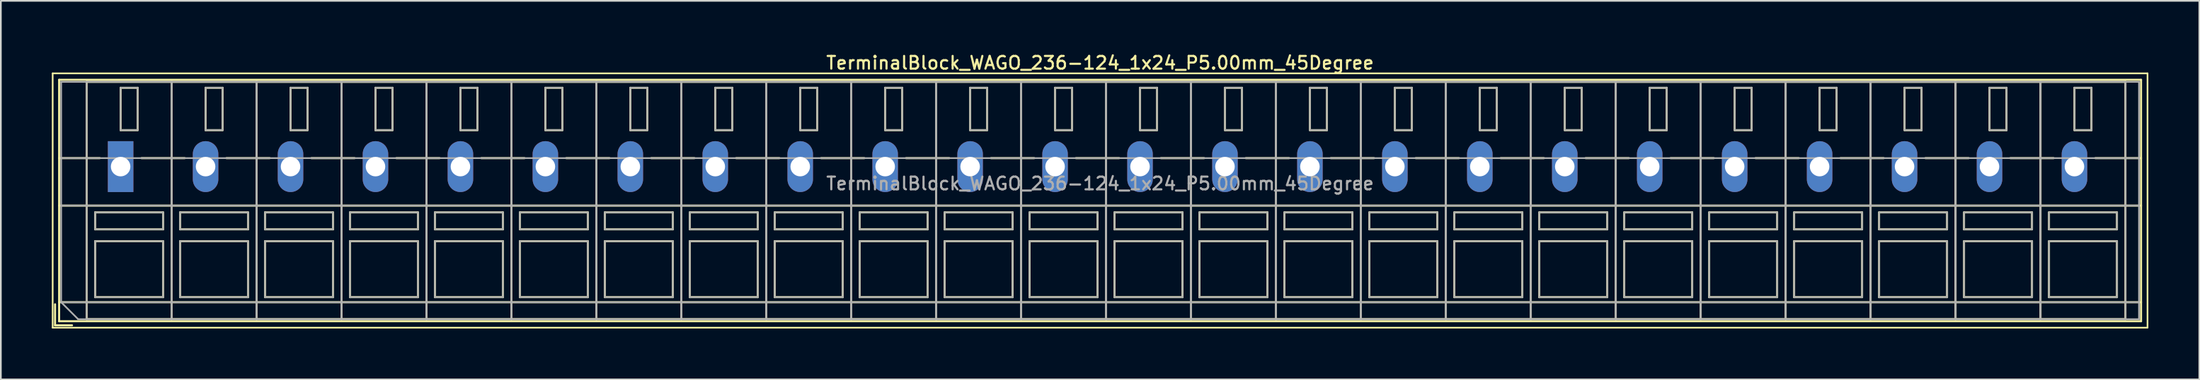
<source format=kicad_pcb>
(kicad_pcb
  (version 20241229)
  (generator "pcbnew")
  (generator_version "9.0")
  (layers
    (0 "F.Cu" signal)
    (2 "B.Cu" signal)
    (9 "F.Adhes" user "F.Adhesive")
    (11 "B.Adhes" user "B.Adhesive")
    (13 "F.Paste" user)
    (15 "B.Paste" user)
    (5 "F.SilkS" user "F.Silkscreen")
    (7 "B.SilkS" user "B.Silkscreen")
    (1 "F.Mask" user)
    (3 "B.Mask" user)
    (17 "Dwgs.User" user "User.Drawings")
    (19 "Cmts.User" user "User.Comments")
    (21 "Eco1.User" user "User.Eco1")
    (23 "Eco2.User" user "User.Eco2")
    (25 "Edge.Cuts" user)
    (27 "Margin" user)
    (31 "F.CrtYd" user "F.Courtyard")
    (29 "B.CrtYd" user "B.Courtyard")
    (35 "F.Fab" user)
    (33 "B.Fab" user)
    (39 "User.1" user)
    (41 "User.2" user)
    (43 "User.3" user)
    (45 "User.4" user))
  (footprint "TerminalBlock_WAGO_236-124_1x24_P5.00mm_45Degree"
    (layer "F.Cu")
    (at 4.05 6.778)
    (property "Reference" "TerminalBlock_WAGO_236-124_1x24_P5.00mm_45Degree" (at 57.65 -6.12 0) (layer "F.SilkS") (effects (font (size 0.75 0.75) (thickness 0.125))))
    (attr through_hole)
    (fp_line (start -4 -5.5) (end -4 9.5) (stroke (width 0.1) (type solid)) (layer "F.SilkS"))
    (fp_line (start -4 9.5) (end 119.3 9.5) (stroke (width 0.1) (type solid)) (layer "F.SilkS"))
    (fp_line (start -3.86 8.12) (end -3.86 9.36) (stroke (width 0.12) (type solid)) (layer "F.SilkS"))
    (fp_line (start -3.86 9.36) (end -2.86 9.36) (stroke (width 0.12) (type solid)) (layer "F.SilkS"))
    (fp_line (start -3.62 -5.12) (end -3.62 9.12) (stroke (width 0.12) (type solid)) (layer "F.SilkS"))
    (fp_line (start -3.62 -5.12) (end 118.92 -5.12) (stroke (width 0.12) (type solid)) (layer "F.SilkS"))
    (fp_line (start -3.62 -0.5) (end -1.23 -0.5) (stroke (width 0.12) (type solid)) (layer "F.SilkS"))
    (fp_line (start -3.62 2.3) (end 118.92 2.3) (stroke (width 0.12) (type solid)) (layer "F.SilkS"))
    (fp_line (start -3.62 8) (end 118.92 8) (stroke (width 0.12) (type solid)) (layer "F.SilkS"))
    (fp_line (start -3.62 9.12) (end 118.92 9.12) (stroke (width 0.12) (type solid)) (layer "F.SilkS"))
    (fp_line (start -2 -5) (end -2 9) (stroke (width 0.12) (type solid)) (layer "F.SilkS"))
    (fp_line (start -2 -5) (end 3 -5) (stroke (width 0.12) (type solid)) (layer "F.SilkS"))
    (fp_line (start -2 9) (end 3 9) (stroke (width 0.12) (type solid)) (layer "F.SilkS"))
    (fp_line (start -1.5 2.7) (end -1.5 3.7) (stroke (width 0.12) (type solid)) (layer "F.SilkS"))
    (fp_line (start -1.5 2.7) (end 2.5 2.7) (stroke (width 0.12) (type solid)) (layer "F.SilkS"))
    (fp_line (start -1.5 3.7) (end 2.5 3.7) (stroke (width 0.12) (type solid)) (layer "F.SilkS"))
    (fp_line (start -1.5 4.4) (end -1.5 7.7) (stroke (width 0.12) (type solid)) (layer "F.SilkS"))
    (fp_line (start -1.5 4.4) (end 2.5 4.4) (stroke (width 0.12) (type solid)) (layer "F.SilkS"))
    (fp_line (start -1.5 7.7) (end 2.5 7.7) (stroke (width 0.12) (type solid)) (layer "F.SilkS"))
    (fp_line (start 0 -4.65) (end 0 -2.151) (stroke (width 0.12) (type solid)) (layer "F.SilkS"))
    (fp_line (start 0 -4.65) (end 1 -4.65) (stroke (width 0.12) (type solid)) (layer "F.SilkS"))
    (fp_line (start 0 -2.151) (end 1 -2.151) (stroke (width 0.12) (type solid)) (layer "F.SilkS"))
    (fp_line (start 1 -4.65) (end 1 -2.151) (stroke (width 0.12) (type solid)) (layer "F.SilkS"))
    (fp_line (start 1.23 -0.5) (end 3.77 -0.5) (stroke (width 0.12) (type solid)) (layer "F.SilkS"))
    (fp_line (start 2.5 2.7) (end 2.5 3.7) (stroke (width 0.12) (type solid)) (layer "F.SilkS"))
    (fp_line (start 2.5 4.4) (end 2.5 7.7) (stroke (width 0.12) (type solid)) (layer "F.SilkS"))
    (fp_line (start 3 -5) (end 3 9) (stroke (width 0.12) (type solid)) (layer "F.SilkS"))
    (fp_line (start 3 -5) (end 3 9) (stroke (width 0.12) (type solid)) (layer "F.SilkS"))
    (fp_line (start 3 -5) (end 8 -5) (stroke (width 0.12) (type solid)) (layer "F.SilkS"))
    (fp_line (start 3 9) (end 8 9) (stroke (width 0.12) (type solid)) (layer "F.SilkS"))
    (fp_line (start 3.5 2.7) (end 3.5 3.7) (stroke (width 0.12) (type solid)) (layer "F.SilkS"))
    (fp_line (start 3.5 2.7) (end 7.5 2.7) (stroke (width 0.12) (type solid)) (layer "F.SilkS"))
    (fp_line (start 3.5 3.7) (end 7.5 3.7) (stroke (width 0.12) (type solid)) (layer "F.SilkS"))
    (fp_line (start 3.5 4.4) (end 3.5 7.7) (stroke (width 0.12) (type solid)) (layer "F.SilkS"))
    (fp_line (start 3.5 4.4) (end 7.5 4.4) (stroke (width 0.12) (type solid)) (layer "F.SilkS"))
    (fp_line (start 3.5 7.7) (end 7.5 7.7) (stroke (width 0.12) (type solid)) (layer "F.SilkS"))
    (fp_line (start 5 -4.65) (end 5 -2.151) (stroke (width 0.12) (type solid)) (layer "F.SilkS"))
    (fp_line (start 5 -4.65) (end 6 -4.65) (stroke (width 0.12) (type solid)) (layer "F.SilkS"))
    (fp_line (start 5 -2.151) (end 6 -2.151) (stroke (width 0.12) (type solid)) (layer "F.SilkS"))
    (fp_line (start 6 -4.65) (end 6 -2.151) (stroke (width 0.12) (type solid)) (layer "F.SilkS"))
    (fp_line (start 6.23 -0.5) (end 8.77 -0.5) (stroke (width 0.12) (type solid)) (layer "F.SilkS"))
    (fp_line (start 7.5 2.7) (end 7.5 3.7) (stroke (width 0.12) (type solid)) (layer "F.SilkS"))
    (fp_line (start 7.5 4.4) (end 7.5 7.7) (stroke (width 0.12) (type solid)) (layer "F.SilkS"))
    (fp_line (start 8 -5) (end 8 9) (stroke (width 0.12) (type solid)) (layer "F.SilkS"))
    (fp_line (start 8 -5) (end 8 9) (stroke (width 0.12) (type solid)) (layer "F.SilkS"))
    (fp_line (start 8 -5) (end 13 -5) (stroke (width 0.12) (type solid)) (layer "F.SilkS"))
    (fp_line (start 8 9) (end 13 9) (stroke (width 0.12) (type solid)) (layer "F.SilkS"))
    (fp_line (start 8.5 2.7) (end 8.5 3.7) (stroke (width 0.12) (type solid)) (layer "F.SilkS"))
    (fp_line (start 8.5 2.7) (end 12.5 2.7) (stroke (width 0.12) (type solid)) (layer "F.SilkS"))
    (fp_line (start 8.5 3.7) (end 12.5 3.7) (stroke (width 0.12) (type solid)) (layer "F.SilkS"))
    (fp_line (start 8.5 4.4) (end 8.5 7.7) (stroke (width 0.12) (type solid)) (layer "F.SilkS"))
    (fp_line (start 8.5 4.4) (end 12.5 4.4) (stroke (width 0.12) (type solid)) (layer "F.SilkS"))
    (fp_line (start 8.5 7.7) (end 12.5 7.7) (stroke (width 0.12) (type solid)) (layer "F.SilkS"))
    (fp_line (start 10 -4.65) (end 10 -2.151) (stroke (width 0.12) (type solid)) (layer "F.SilkS"))
    (fp_line (start 10 -4.65) (end 11 -4.65) (stroke (width 0.12) (type solid)) (layer "F.SilkS"))
    (fp_line (start 10 -2.151) (end 11 -2.151) (stroke (width 0.12) (type solid)) (layer "F.SilkS"))
    (fp_line (start 11 -4.65) (end 11 -2.151) (stroke (width 0.12) (type solid)) (layer "F.SilkS"))
    (fp_line (start 11.23 -0.5) (end 13.77 -0.5) (stroke (width 0.12) (type solid)) (layer "F.SilkS"))
    (fp_line (start 12.5 2.7) (end 12.5 3.7) (stroke (width 0.12) (type solid)) (layer "F.SilkS"))
    (fp_line (start 12.5 4.4) (end 12.5 7.7) (stroke (width 0.12) (type solid)) (layer "F.SilkS"))
    (fp_line (start 13 -5) (end 13 9) (stroke (width 0.12) (type solid)) (layer "F.SilkS"))
    (fp_line (start 13 -5) (end 13 9) (stroke (width 0.12) (type solid)) (layer "F.SilkS"))
    (fp_line (start 13 -5) (end 18 -5) (stroke (width 0.12) (type solid)) (layer "F.SilkS"))
    (fp_line (start 13 9) (end 18 9) (stroke (width 0.12) (type solid)) (layer "F.SilkS"))
    (fp_line (start 13.5 2.7) (end 13.5 3.7) (stroke (width 0.12) (type solid)) (layer "F.SilkS"))
    (fp_line (start 13.5 2.7) (end 17.5 2.7) (stroke (width 0.12) (type solid)) (layer "F.SilkS"))
    (fp_line (start 13.5 3.7) (end 17.5 3.7) (stroke (width 0.12) (type solid)) (layer "F.SilkS"))
    (fp_line (start 13.5 4.4) (end 13.5 7.7) (stroke (width 0.12) (type solid)) (layer "F.SilkS"))
    (fp_line (start 13.5 4.4) (end 17.5 4.4) (stroke (width 0.12) (type solid)) (layer "F.SilkS"))
    (fp_line (start 13.5 7.7) (end 17.5 7.7) (stroke (width 0.12) (type solid)) (layer "F.SilkS"))
    (fp_line (start 15 -4.65) (end 15 -2.151) (stroke (width 0.12) (type solid)) (layer "F.SilkS"))
    (fp_line (start 15 -4.65) (end 16 -4.65) (stroke (width 0.12) (type solid)) (layer "F.SilkS"))
    (fp_line (start 15 -2.151) (end 16 -2.151) (stroke (width 0.12) (type solid)) (layer "F.SilkS"))
    (fp_line (start 16 -4.65) (end 16 -2.151) (stroke (width 0.12) (type solid)) (layer "F.SilkS"))
    (fp_line (start 16.23 -0.5) (end 18.77 -0.5) (stroke (width 0.12) (type solid)) (layer "F.SilkS"))
    (fp_line (start 17.5 2.7) (end 17.5 3.7) (stroke (width 0.12) (type solid)) (layer "F.SilkS"))
    (fp_line (start 17.5 4.4) (end 17.5 7.7) (stroke (width 0.12) (type solid)) (layer "F.SilkS"))
    (fp_line (start 18 -5) (end 18 9) (stroke (width 0.12) (type solid)) (layer "F.SilkS"))
    (fp_line (start 18 -5) (end 18 9) (stroke (width 0.12) (type solid)) (layer "F.SilkS"))
    (fp_line (start 18 -5) (end 23 -5) (stroke (width 0.12) (type solid)) (layer "F.SilkS"))
    (fp_line (start 18 9) (end 23 9) (stroke (width 0.12) (type solid)) (layer "F.SilkS"))
    (fp_line (start 18.5 2.7) (end 18.5 3.7) (stroke (width 0.12) (type solid)) (layer "F.SilkS"))
    (fp_line (start 18.5 2.7) (end 22.5 2.7) (stroke (width 0.12) (type solid)) (layer "F.SilkS"))
    (fp_line (start 18.5 3.7) (end 22.5 3.7) (stroke (width 0.12) (type solid)) (layer "F.SilkS"))
    (fp_line (start 18.5 4.4) (end 18.5 7.7) (stroke (width 0.12) (type solid)) (layer "F.SilkS"))
    (fp_line (start 18.5 4.4) (end 22.5 4.4) (stroke (width 0.12) (type solid)) (layer "F.SilkS"))
    (fp_line (start 18.5 7.7) (end 22.5 7.7) (stroke (width 0.12) (type solid)) (layer "F.SilkS"))
    (fp_line (start 20 -4.65) (end 20 -2.151) (stroke (width 0.12) (type solid)) (layer "F.SilkS"))
    (fp_line (start 20 -4.65) (end 21 -4.65) (stroke (width 0.12) (type solid)) (layer "F.SilkS"))
    (fp_line (start 20 -2.151) (end 21 -2.151) (stroke (width 0.12) (type solid)) (layer "F.SilkS"))
    (fp_line (start 21 -4.65) (end 21 -2.151) (stroke (width 0.12) (type solid)) (layer "F.SilkS"))
    (fp_line (start 21.23 -0.5) (end 23.77 -0.5) (stroke (width 0.12) (type solid)) (layer "F.SilkS"))
    (fp_line (start 22.5 2.7) (end 22.5 3.7) (stroke (width 0.12) (type solid)) (layer "F.SilkS"))
    (fp_line (start 22.5 4.4) (end 22.5 7.7) (stroke (width 0.12) (type solid)) (layer "F.SilkS"))
    (fp_line (start 23 -5) (end 23 9) (stroke (width 0.12) (type solid)) (layer "F.SilkS"))
    (fp_line (start 23 -5) (end 23 9) (stroke (width 0.12) (type solid)) (layer "F.SilkS"))
    (fp_line (start 23 -5) (end 28 -5) (stroke (width 0.12) (type solid)) (layer "F.SilkS"))
    (fp_line (start 23 9) (end 28 9) (stroke (width 0.12) (type solid)) (layer "F.SilkS"))
    (fp_line (start 23.5 2.7) (end 23.5 3.7) (stroke (width 0.12) (type solid)) (layer "F.SilkS"))
    (fp_line (start 23.5 2.7) (end 27.5 2.7) (stroke (width 0.12) (type solid)) (layer "F.SilkS"))
    (fp_line (start 23.5 3.7) (end 27.5 3.7) (stroke (width 0.12) (type solid)) (layer "F.SilkS"))
    (fp_line (start 23.5 4.4) (end 23.5 7.7) (stroke (width 0.12) (type solid)) (layer "F.SilkS"))
    (fp_line (start 23.5 4.4) (end 27.5 4.4) (stroke (width 0.12) (type solid)) (layer "F.SilkS"))
    (fp_line (start 23.5 7.7) (end 27.5 7.7) (stroke (width 0.12) (type solid)) (layer "F.SilkS"))
    (fp_line (start 25 -4.65) (end 25 -2.151) (stroke (width 0.12) (type solid)) (layer "F.SilkS"))
    (fp_line (start 25 -4.65) (end 26 -4.65) (stroke (width 0.12) (type solid)) (layer "F.SilkS"))
    (fp_line (start 25 -2.151) (end 26 -2.151) (stroke (width 0.12) (type solid)) (layer "F.SilkS"))
    (fp_line (start 26 -4.65) (end 26 -2.151) (stroke (width 0.12) (type solid)) (layer "F.SilkS"))
    (fp_line (start 26.23 -0.5) (end 28.77 -0.5) (stroke (width 0.12) (type solid)) (layer "F.SilkS"))
    (fp_line (start 27.5 2.7) (end 27.5 3.7) (stroke (width 0.12) (type solid)) (layer "F.SilkS"))
    (fp_line (start 27.5 4.4) (end 27.5 7.7) (stroke (width 0.12) (type solid)) (layer "F.SilkS"))
    (fp_line (start 28 -5) (end 28 9) (stroke (width 0.12) (type solid)) (layer "F.SilkS"))
    (fp_line (start 28 -5) (end 28 9) (stroke (width 0.12) (type solid)) (layer "F.SilkS"))
    (fp_line (start 28 -5) (end 33 -5) (stroke (width 0.12) (type solid)) (layer "F.SilkS"))
    (fp_line (start 28 9) (end 33 9) (stroke (width 0.12) (type solid)) (layer "F.SilkS"))
    (fp_line (start 28.5 2.7) (end 28.5 3.7) (stroke (width 0.12) (type solid)) (layer "F.SilkS"))
    (fp_line (start 28.5 2.7) (end 32.5 2.7) (stroke (width 0.12) (type solid)) (layer "F.SilkS"))
    (fp_line (start 28.5 3.7) (end 32.5 3.7) (stroke (width 0.12) (type solid)) (layer "F.SilkS"))
    (fp_line (start 28.5 4.4) (end 28.5 7.7) (stroke (width 0.12) (type solid)) (layer "F.SilkS"))
    (fp_line (start 28.5 4.4) (end 32.5 4.4) (stroke (width 0.12) (type solid)) (layer "F.SilkS"))
    (fp_line (start 28.5 7.7) (end 32.5 7.7) (stroke (width 0.12) (type solid)) (layer "F.SilkS"))
    (fp_line (start 30 -4.65) (end 30 -2.151) (stroke (width 0.12) (type solid)) (layer "F.SilkS"))
    (fp_line (start 30 -4.65) (end 31 -4.65) (stroke (width 0.12) (type solid)) (layer "F.SilkS"))
    (fp_line (start 30 -2.151) (end 31 -2.151) (stroke (width 0.12) (type solid)) (layer "F.SilkS"))
    (fp_line (start 31 -4.65) (end 31 -2.151) (stroke (width 0.12) (type solid)) (layer "F.SilkS"))
    (fp_line (start 31.23 -0.5) (end 33.77 -0.5) (stroke (width 0.12) (type solid)) (layer "F.SilkS"))
    (fp_line (start 32.5 2.7) (end 32.5 3.7) (stroke (width 0.12) (type solid)) (layer "F.SilkS"))
    (fp_line (start 32.5 4.4) (end 32.5 7.7) (stroke (width 0.12) (type solid)) (layer "F.SilkS"))
    (fp_line (start 33 -5) (end 33 9) (stroke (width 0.12) (type solid)) (layer "F.SilkS"))
    (fp_line (start 33 -5) (end 33 9) (stroke (width 0.12) (type solid)) (layer "F.SilkS"))
    (fp_line (start 33 -5) (end 38 -5) (stroke (width 0.12) (type solid)) (layer "F.SilkS"))
    (fp_line (start 33 9) (end 38 9) (stroke (width 0.12) (type solid)) (layer "F.SilkS"))
    (fp_line (start 33.5 2.7) (end 33.5 3.7) (stroke (width 0.12) (type solid)) (layer "F.SilkS"))
    (fp_line (start 33.5 2.7) (end 37.5 2.7) (stroke (width 0.12) (type solid)) (layer "F.SilkS"))
    (fp_line (start 33.5 3.7) (end 37.5 3.7) (stroke (width 0.12) (type solid)) (layer "F.SilkS"))
    (fp_line (start 33.5 4.4) (end 33.5 7.7) (stroke (width 0.12) (type solid)) (layer "F.SilkS"))
    (fp_line (start 33.5 4.4) (end 37.5 4.4) (stroke (width 0.12) (type solid)) (layer "F.SilkS"))
    (fp_line (start 33.5 7.7) (end 37.5 7.7) (stroke (width 0.12) (type solid)) (layer "F.SilkS"))
    (fp_line (start 35 -4.65) (end 35 -2.151) (stroke (width 0.12) (type solid)) (layer "F.SilkS"))
    (fp_line (start 35 -4.65) (end 36 -4.65) (stroke (width 0.12) (type solid)) (layer "F.SilkS"))
    (fp_line (start 35 -2.151) (end 36 -2.151) (stroke (width 0.12) (type solid)) (layer "F.SilkS"))
    (fp_line (start 36 -4.65) (end 36 -2.151) (stroke (width 0.12) (type solid)) (layer "F.SilkS"))
    (fp_line (start 36.23 -0.5) (end 38.77 -0.5) (stroke (width 0.12) (type solid)) (layer "F.SilkS"))
    (fp_line (start 37.5 2.7) (end 37.5 3.7) (stroke (width 0.12) (type solid)) (layer "F.SilkS"))
    (fp_line (start 37.5 4.4) (end 37.5 7.7) (stroke (width 0.12) (type solid)) (layer "F.SilkS"))
    (fp_line (start 38 -5) (end 38 9) (stroke (width 0.12) (type solid)) (layer "F.SilkS"))
    (fp_line (start 38 -5) (end 38 9) (stroke (width 0.12) (type solid)) (layer "F.SilkS"))
    (fp_line (start 38 -5) (end 43 -5) (stroke (width 0.12) (type solid)) (layer "F.SilkS"))
    (fp_line (start 38 9) (end 43 9) (stroke (width 0.12) (type solid)) (layer "F.SilkS"))
    (fp_line (start 38.5 2.7) (end 38.5 3.7) (stroke (width 0.12) (type solid)) (layer "F.SilkS"))
    (fp_line (start 38.5 2.7) (end 42.5 2.7) (stroke (width 0.12) (type solid)) (layer "F.SilkS"))
    (fp_line (start 38.5 3.7) (end 42.5 3.7) (stroke (width 0.12) (type solid)) (layer "F.SilkS"))
    (fp_line (start 38.5 4.4) (end 38.5 7.7) (stroke (width 0.12) (type solid)) (layer "F.SilkS"))
    (fp_line (start 38.5 4.4) (end 42.5 4.4) (stroke (width 0.12) (type solid)) (layer "F.SilkS"))
    (fp_line (start 38.5 7.7) (end 42.5 7.7) (stroke (width 0.12) (type solid)) (layer "F.SilkS"))
    (fp_line (start 40 -4.65) (end 40 -2.151) (stroke (width 0.12) (type solid)) (layer "F.SilkS"))
    (fp_line (start 40 -4.65) (end 41 -4.65) (stroke (width 0.12) (type solid)) (layer "F.SilkS"))
    (fp_line (start 40 -2.151) (end 41 -2.151) (stroke (width 0.12) (type solid)) (layer "F.SilkS"))
    (fp_line (start 41 -4.65) (end 41 -2.151) (stroke (width 0.12) (type solid)) (layer "F.SilkS"))
    (fp_line (start 41.23 -0.5) (end 43.77 -0.5) (stroke (width 0.12) (type solid)) (layer "F.SilkS"))
    (fp_line (start 42.5 2.7) (end 42.5 3.7) (stroke (width 0.12) (type solid)) (layer "F.SilkS"))
    (fp_line (start 42.5 4.4) (end 42.5 7.7) (stroke (width 0.12) (type solid)) (layer "F.SilkS"))
    (fp_line (start 43 -5) (end 43 9) (stroke (width 0.12) (type solid)) (layer "F.SilkS"))
    (fp_line (start 43 -5) (end 43 9) (stroke (width 0.12) (type solid)) (layer "F.SilkS"))
    (fp_line (start 43 -5) (end 48 -5) (stroke (width 0.12) (type solid)) (layer "F.SilkS"))
    (fp_line (start 43 9) (end 48 9) (stroke (width 0.12) (type solid)) (layer "F.SilkS"))
    (fp_line (start 43.5 2.7) (end 43.5 3.7) (stroke (width 0.12) (type solid)) (layer "F.SilkS"))
    (fp_line (start 43.5 2.7) (end 47.5 2.7) (stroke (width 0.12) (type solid)) (layer "F.SilkS"))
    (fp_line (start 43.5 3.7) (end 47.5 3.7) (stroke (width 0.12) (type solid)) (layer "F.SilkS"))
    (fp_line (start 43.5 4.4) (end 43.5 7.7) (stroke (width 0.12) (type solid)) (layer "F.SilkS"))
    (fp_line (start 43.5 4.4) (end 47.5 4.4) (stroke (width 0.12) (type solid)) (layer "F.SilkS"))
    (fp_line (start 43.5 7.7) (end 47.5 7.7) (stroke (width 0.12) (type solid)) (layer "F.SilkS"))
    (fp_line (start 45 -4.65) (end 45 -2.151) (stroke (width 0.12) (type solid)) (layer "F.SilkS"))
    (fp_line (start 45 -4.65) (end 46 -4.65) (stroke (width 0.12) (type solid)) (layer "F.SilkS"))
    (fp_line (start 45 -2.151) (end 46 -2.151) (stroke (width 0.12) (type solid)) (layer "F.SilkS"))
    (fp_line (start 46 -4.65) (end 46 -2.151) (stroke (width 0.12) (type solid)) (layer "F.SilkS"))
    (fp_line (start 46.23 -0.5) (end 48.77 -0.5) (stroke (width 0.12) (type solid)) (layer "F.SilkS"))
    (fp_line (start 47.5 2.7) (end 47.5 3.7) (stroke (width 0.12) (type solid)) (layer "F.SilkS"))
    (fp_line (start 47.5 4.4) (end 47.5 7.7) (stroke (width 0.12) (type solid)) (layer "F.SilkS"))
    (fp_line (start 48 -5) (end 48 9) (stroke (width 0.12) (type solid)) (layer "F.SilkS"))
    (fp_line (start 48 -5) (end 48 9) (stroke (width 0.12) (type solid)) (layer "F.SilkS"))
    (fp_line (start 48 -5) (end 53 -5) (stroke (width 0.12) (type solid)) (layer "F.SilkS"))
    (fp_line (start 48 9) (end 53 9) (stroke (width 0.12) (type solid)) (layer "F.SilkS"))
    (fp_line (start 48.5 2.7) (end 48.5 3.7) (stroke (width 0.12) (type solid)) (layer "F.SilkS"))
    (fp_line (start 48.5 2.7) (end 52.5 2.7) (stroke (width 0.12) (type solid)) (layer "F.SilkS"))
    (fp_line (start 48.5 3.7) (end 52.5 3.7) (stroke (width 0.12) (type solid)) (layer "F.SilkS"))
    (fp_line (start 48.5 4.4) (end 48.5 7.7) (stroke (width 0.12) (type solid)) (layer "F.SilkS"))
    (fp_line (start 48.5 4.4) (end 52.5 4.4) (stroke (width 0.12) (type solid)) (layer "F.SilkS"))
    (fp_line (start 48.5 7.7) (end 52.5 7.7) (stroke (width 0.12) (type solid)) (layer "F.SilkS"))
    (fp_line (start 50 -4.65) (end 50 -2.151) (stroke (width 0.12) (type solid)) (layer "F.SilkS"))
    (fp_line (start 50 -4.65) (end 51 -4.65) (stroke (width 0.12) (type solid)) (layer "F.SilkS"))
    (fp_line (start 50 -2.151) (end 51 -2.151) (stroke (width 0.12) (type solid)) (layer "F.SilkS"))
    (fp_line (start 51 -4.65) (end 51 -2.151) (stroke (width 0.12) (type solid)) (layer "F.SilkS"))
    (fp_line (start 51.23 -0.5) (end 53.77 -0.5) (stroke (width 0.12) (type solid)) (layer "F.SilkS"))
    (fp_line (start 52.5 2.7) (end 52.5 3.7) (stroke (width 0.12) (type solid)) (layer "F.SilkS"))
    (fp_line (start 52.5 4.4) (end 52.5 7.7) (stroke (width 0.12) (type solid)) (layer "F.SilkS"))
    (fp_line (start 53 -5) (end 53 9) (stroke (width 0.12) (type solid)) (layer "F.SilkS"))
    (fp_line (start 53 -5) (end 53 9) (stroke (width 0.12) (type solid)) (layer "F.SilkS"))
    (fp_line (start 53 -5) (end 58 -5) (stroke (width 0.12) (type solid)) (layer "F.SilkS"))
    (fp_line (start 53 9) (end 58 9) (stroke (width 0.12) (type solid)) (layer "F.SilkS"))
    (fp_line (start 53.5 2.7) (end 53.5 3.7) (stroke (width 0.12) (type solid)) (layer "F.SilkS"))
    (fp_line (start 53.5 2.7) (end 57.5 2.7) (stroke (width 0.12) (type solid)) (layer "F.SilkS"))
    (fp_line (start 53.5 3.7) (end 57.5 3.7) (stroke (width 0.12) (type solid)) (layer "F.SilkS"))
    (fp_line (start 53.5 4.4) (end 53.5 7.7) (stroke (width 0.12) (type solid)) (layer "F.SilkS"))
    (fp_line (start 53.5 4.4) (end 57.5 4.4) (stroke (width 0.12) (type solid)) (layer "F.SilkS"))
    (fp_line (start 53.5 7.7) (end 57.5 7.7) (stroke (width 0.12) (type solid)) (layer "F.SilkS"))
    (fp_line (start 55 -4.65) (end 55 -2.151) (stroke (width 0.12) (type solid)) (layer "F.SilkS"))
    (fp_line (start 55 -4.65) (end 56 -4.65) (stroke (width 0.12) (type solid)) (layer "F.SilkS"))
    (fp_line (start 55 -2.151) (end 56 -2.151) (stroke (width 0.12) (type solid)) (layer "F.SilkS"))
    (fp_line (start 56 -4.65) (end 56 -2.151) (stroke (width 0.12) (type solid)) (layer "F.SilkS"))
    (fp_line (start 56.23 -0.5) (end 58.77 -0.5) (stroke (width 0.12) (type solid)) (layer "F.SilkS"))
    (fp_line (start 57.5 2.7) (end 57.5 3.7) (stroke (width 0.12) (type solid)) (layer "F.SilkS"))
    (fp_line (start 57.5 4.4) (end 57.5 7.7) (stroke (width 0.12) (type solid)) (layer "F.SilkS"))
    (fp_line (start 58 -5) (end 58 9) (stroke (width 0.12) (type solid)) (layer "F.SilkS"))
    (fp_line (start 58 -5) (end 58 9) (stroke (width 0.12) (type solid)) (layer "F.SilkS"))
    (fp_line (start 58 -5) (end 63 -5) (stroke (width 0.12) (type solid)) (layer "F.SilkS"))
    (fp_line (start 58 9) (end 63 9) (stroke (width 0.12) (type solid)) (layer "F.SilkS"))
    (fp_line (start 58.5 2.7) (end 58.5 3.7) (stroke (width 0.12) (type solid)) (layer "F.SilkS"))
    (fp_line (start 58.5 2.7) (end 62.5 2.7) (stroke (width 0.12) (type solid)) (layer "F.SilkS"))
    (fp_line (start 58.5 3.7) (end 62.5 3.7) (stroke (width 0.12) (type solid)) (layer "F.SilkS"))
    (fp_line (start 58.5 4.4) (end 58.5 7.7) (stroke (width 0.12) (type solid)) (layer "F.SilkS"))
    (fp_line (start 58.5 4.4) (end 62.5 4.4) (stroke (width 0.12) (type solid)) (layer "F.SilkS"))
    (fp_line (start 58.5 7.7) (end 62.5 7.7) (stroke (width 0.12) (type solid)) (layer "F.SilkS"))
    (fp_line (start 60 -4.65) (end 60 -2.151) (stroke (width 0.12) (type solid)) (layer "F.SilkS"))
    (fp_line (start 60 -4.65) (end 61 -4.65) (stroke (width 0.12) (type solid)) (layer "F.SilkS"))
    (fp_line (start 60 -2.151) (end 61 -2.151) (stroke (width 0.12) (type solid)) (layer "F.SilkS"))
    (fp_line (start 61 -4.65) (end 61 -2.151) (stroke (width 0.12) (type solid)) (layer "F.SilkS"))
    (fp_line (start 61.23 -0.5) (end 63.77 -0.5) (stroke (width 0.12) (type solid)) (layer "F.SilkS"))
    (fp_line (start 62.5 2.7) (end 62.5 3.7) (stroke (width 0.12) (type solid)) (layer "F.SilkS"))
    (fp_line (start 62.5 4.4) (end 62.5 7.7) (stroke (width 0.12) (type solid)) (layer "F.SilkS"))
    (fp_line (start 63 -5) (end 63 9) (stroke (width 0.12) (type solid)) (layer "F.SilkS"))
    (fp_line (start 63 -5) (end 63 9) (stroke (width 0.12) (type solid)) (layer "F.SilkS"))
    (fp_line (start 63 -5) (end 68 -5) (stroke (width 0.12) (type solid)) (layer "F.SilkS"))
    (fp_line (start 63 9) (end 68 9) (stroke (width 0.12) (type solid)) (layer "F.SilkS"))
    (fp_line (start 63.5 2.7) (end 63.5 3.7) (stroke (width 0.12) (type solid)) (layer "F.SilkS"))
    (fp_line (start 63.5 2.7) (end 67.5 2.7) (stroke (width 0.12) (type solid)) (layer "F.SilkS"))
    (fp_line (start 63.5 3.7) (end 67.5 3.7) (stroke (width 0.12) (type solid)) (layer "F.SilkS"))
    (fp_line (start 63.5 4.4) (end 63.5 7.7) (stroke (width 0.12) (type solid)) (layer "F.SilkS"))
    (fp_line (start 63.5 4.4) (end 67.5 4.4) (stroke (width 0.12) (type solid)) (layer "F.SilkS"))
    (fp_line (start 63.5 7.7) (end 67.5 7.7) (stroke (width 0.12) (type solid)) (layer "F.SilkS"))
    (fp_line (start 65 -4.65) (end 65 -2.151) (stroke (width 0.12) (type solid)) (layer "F.SilkS"))
    (fp_line (start 65 -4.65) (end 66 -4.65) (stroke (width 0.12) (type solid)) (layer "F.SilkS"))
    (fp_line (start 65 -2.151) (end 66 -2.151) (stroke (width 0.12) (type solid)) (layer "F.SilkS"))
    (fp_line (start 66 -4.65) (end 66 -2.151) (stroke (width 0.12) (type solid)) (layer "F.SilkS"))
    (fp_line (start 66.23 -0.5) (end 68.77 -0.5) (stroke (width 0.12) (type solid)) (layer "F.SilkS"))
    (fp_line (start 67.5 2.7) (end 67.5 3.7) (stroke (width 0.12) (type solid)) (layer "F.SilkS"))
    (fp_line (start 67.5 4.4) (end 67.5 7.7) (stroke (width 0.12) (type solid)) (layer "F.SilkS"))
    (fp_line (start 68 -5) (end 68 9) (stroke (width 0.12) (type solid)) (layer "F.SilkS"))
    (fp_line (start 68 -5) (end 68 9) (stroke (width 0.12) (type solid)) (layer "F.SilkS"))
    (fp_line (start 68 -5) (end 73 -5) (stroke (width 0.12) (type solid)) (layer "F.SilkS"))
    (fp_line (start 68 9) (end 73 9) (stroke (width 0.12) (type solid)) (layer "F.SilkS"))
    (fp_line (start 68.5 2.7) (end 68.5 3.7) (stroke (width 0.12) (type solid)) (layer "F.SilkS"))
    (fp_line (start 68.5 2.7) (end 72.5 2.7) (stroke (width 0.12) (type solid)) (layer "F.SilkS"))
    (fp_line (start 68.5 3.7) (end 72.5 3.7) (stroke (width 0.12) (type solid)) (layer "F.SilkS"))
    (fp_line (start 68.5 4.4) (end 68.5 7.7) (stroke (width 0.12) (type solid)) (layer "F.SilkS"))
    (fp_line (start 68.5 4.4) (end 72.5 4.4) (stroke (width 0.12) (type solid)) (layer "F.SilkS"))
    (fp_line (start 68.5 7.7) (end 72.5 7.7) (stroke (width 0.12) (type solid)) (layer "F.SilkS"))
    (fp_line (start 70 -4.65) (end 70 -2.151) (stroke (width 0.12) (type solid)) (layer "F.SilkS"))
    (fp_line (start 70 -4.65) (end 71 -4.65) (stroke (width 0.12) (type solid)) (layer "F.SilkS"))
    (fp_line (start 70 -2.151) (end 71 -2.151) (stroke (width 0.12) (type solid)) (layer "F.SilkS"))
    (fp_line (start 71 -4.65) (end 71 -2.151) (stroke (width 0.12) (type solid)) (layer "F.SilkS"))
    (fp_line (start 71.23 -0.5) (end 73.77 -0.5) (stroke (width 0.12) (type solid)) (layer "F.SilkS"))
    (fp_line (start 72.5 2.7) (end 72.5 3.7) (stroke (width 0.12) (type solid)) (layer "F.SilkS"))
    (fp_line (start 72.5 4.4) (end 72.5 7.7) (stroke (width 0.12) (type solid)) (layer "F.SilkS"))
    (fp_line (start 73 -5) (end 73 9) (stroke (width 0.12) (type solid)) (layer "F.SilkS"))
    (fp_line (start 73 -5) (end 73 9) (stroke (width 0.12) (type solid)) (layer "F.SilkS"))
    (fp_line (start 73 -5) (end 78 -5) (stroke (width 0.12) (type solid)) (layer "F.SilkS"))
    (fp_line (start 73 9) (end 78 9) (stroke (width 0.12) (type solid)) (layer "F.SilkS"))
    (fp_line (start 73.5 2.7) (end 73.5 3.7) (stroke (width 0.12) (type solid)) (layer "F.SilkS"))
    (fp_line (start 73.5 2.7) (end 77.5 2.7) (stroke (width 0.12) (type solid)) (layer "F.SilkS"))
    (fp_line (start 73.5 3.7) (end 77.5 3.7) (stroke (width 0.12) (type solid)) (layer "F.SilkS"))
    (fp_line (start 73.5 4.4) (end 73.5 7.7) (stroke (width 0.12) (type solid)) (layer "F.SilkS"))
    (fp_line (start 73.5 4.4) (end 77.5 4.4) (stroke (width 0.12) (type solid)) (layer "F.SilkS"))
    (fp_line (start 73.5 7.7) (end 77.5 7.7) (stroke (width 0.12) (type solid)) (layer "F.SilkS"))
    (fp_line (start 75 -4.65) (end 75 -2.151) (stroke (width 0.12) (type solid)) (layer "F.SilkS"))
    (fp_line (start 75 -4.65) (end 76 -4.65) (stroke (width 0.12) (type solid)) (layer "F.SilkS"))
    (fp_line (start 75 -2.151) (end 76 -2.151) (stroke (width 0.12) (type solid)) (layer "F.SilkS"))
    (fp_line (start 76 -4.65) (end 76 -2.151) (stroke (width 0.12) (type solid)) (layer "F.SilkS"))
    (fp_line (start 76.23 -0.5) (end 78.77 -0.5) (stroke (width 0.12) (type solid)) (layer "F.SilkS"))
    (fp_line (start 77.5 2.7) (end 77.5 3.7) (stroke (width 0.12) (type solid)) (layer "F.SilkS"))
    (fp_line (start 77.5 4.4) (end 77.5 7.7) (stroke (width 0.12) (type solid)) (layer "F.SilkS"))
    (fp_line (start 78 -5) (end 78 9) (stroke (width 0.12) (type solid)) (layer "F.SilkS"))
    (fp_line (start 78 -5) (end 78 9) (stroke (width 0.12) (type solid)) (layer "F.SilkS"))
    (fp_line (start 78 -5) (end 83 -5) (stroke (width 0.12) (type solid)) (layer "F.SilkS"))
    (fp_line (start 78 9) (end 83 9) (stroke (width 0.12) (type solid)) (layer "F.SilkS"))
    (fp_line (start 78.5 2.7) (end 78.5 3.7) (stroke (width 0.12) (type solid)) (layer "F.SilkS"))
    (fp_line (start 78.5 2.7) (end 82.5 2.7) (stroke (width 0.12) (type solid)) (layer "F.SilkS"))
    (fp_line (start 78.5 3.7) (end 82.5 3.7) (stroke (width 0.12) (type solid)) (layer "F.SilkS"))
    (fp_line (start 78.5 4.4) (end 78.5 7.7) (stroke (width 0.12) (type solid)) (layer "F.SilkS"))
    (fp_line (start 78.5 4.4) (end 82.5 4.4) (stroke (width 0.12) (type solid)) (layer "F.SilkS"))
    (fp_line (start 78.5 7.7) (end 82.5 7.7) (stroke (width 0.12) (type solid)) (layer "F.SilkS"))
    (fp_line (start 80 -4.65) (end 80 -2.151) (stroke (width 0.12) (type solid)) (layer "F.SilkS"))
    (fp_line (start 80 -4.65) (end 81 -4.65) (stroke (width 0.12) (type solid)) (layer "F.SilkS"))
    (fp_line (start 80 -2.151) (end 81 -2.151) (stroke (width 0.12) (type solid)) (layer "F.SilkS"))
    (fp_line (start 81 -4.65) (end 81 -2.151) (stroke (width 0.12) (type solid)) (layer "F.SilkS"))
    (fp_line (start 81.23 -0.5) (end 83.77 -0.5) (stroke (width 0.12) (type solid)) (layer "F.SilkS"))
    (fp_line (start 82.5 2.7) (end 82.5 3.7) (stroke (width 0.12) (type solid)) (layer "F.SilkS"))
    (fp_line (start 82.5 4.4) (end 82.5 7.7) (stroke (width 0.12) (type solid)) (layer "F.SilkS"))
    (fp_line (start 83 -5) (end 83 9) (stroke (width 0.12) (type solid)) (layer "F.SilkS"))
    (fp_line (start 83 -5) (end 83 9) (stroke (width 0.12) (type solid)) (layer "F.SilkS"))
    (fp_line (start 83 -5) (end 88 -5) (stroke (width 0.12) (type solid)) (layer "F.SilkS"))
    (fp_line (start 83 9) (end 88 9) (stroke (width 0.12) (type solid)) (layer "F.SilkS"))
    (fp_line (start 83.5 2.7) (end 83.5 3.7) (stroke (width 0.12) (type solid)) (layer "F.SilkS"))
    (fp_line (start 83.5 2.7) (end 87.5 2.7) (stroke (width 0.12) (type solid)) (layer "F.SilkS"))
    (fp_line (start 83.5 3.7) (end 87.5 3.7) (stroke (width 0.12) (type solid)) (layer "F.SilkS"))
    (fp_line (start 83.5 4.4) (end 83.5 7.7) (stroke (width 0.12) (type solid)) (layer "F.SilkS"))
    (fp_line (start 83.5 4.4) (end 87.5 4.4) (stroke (width 0.12) (type solid)) (layer "F.SilkS"))
    (fp_line (start 83.5 7.7) (end 87.5 7.7) (stroke (width 0.12) (type solid)) (layer "F.SilkS"))
    (fp_line (start 85 -4.65) (end 85 -2.151) (stroke (width 0.12) (type solid)) (layer "F.SilkS"))
    (fp_line (start 85 -4.65) (end 86 -4.65) (stroke (width 0.12) (type solid)) (layer "F.SilkS"))
    (fp_line (start 85 -2.151) (end 86 -2.151) (stroke (width 0.12) (type solid)) (layer "F.SilkS"))
    (fp_line (start 86 -4.65) (end 86 -2.151) (stroke (width 0.12) (type solid)) (layer "F.SilkS"))
    (fp_line (start 86.23 -0.5) (end 88.77 -0.5) (stroke (width 0.12) (type solid)) (layer "F.SilkS"))
    (fp_line (start 87.5 2.7) (end 87.5 3.7) (stroke (width 0.12) (type solid)) (layer "F.SilkS"))
    (fp_line (start 87.5 4.4) (end 87.5 7.7) (stroke (width 0.12) (type solid)) (layer "F.SilkS"))
    (fp_line (start 88 -5) (end 88 9) (stroke (width 0.12) (type solid)) (layer "F.SilkS"))
    (fp_line (start 88 -5) (end 88 9) (stroke (width 0.12) (type solid)) (layer "F.SilkS"))
    (fp_line (start 88 -5) (end 93 -5) (stroke (width 0.12) (type solid)) (layer "F.SilkS"))
    (fp_line (start 88 9) (end 93 9) (stroke (width 0.12) (type solid)) (layer "F.SilkS"))
    (fp_line (start 88.5 2.7) (end 88.5 3.7) (stroke (width 0.12) (type solid)) (layer "F.SilkS"))
    (fp_line (start 88.5 2.7) (end 92.5 2.7) (stroke (width 0.12) (type solid)) (layer "F.SilkS"))
    (fp_line (start 88.5 3.7) (end 92.5 3.7) (stroke (width 0.12) (type solid)) (layer "F.SilkS"))
    (fp_line (start 88.5 4.4) (end 88.5 7.7) (stroke (width 0.12) (type solid)) (layer "F.SilkS"))
    (fp_line (start 88.5 4.4) (end 92.5 4.4) (stroke (width 0.12) (type solid)) (layer "F.SilkS"))
    (fp_line (start 88.5 7.7) (end 92.5 7.7) (stroke (width 0.12) (type solid)) (layer "F.SilkS"))
    (fp_line (start 90 -4.65) (end 90 -2.151) (stroke (width 0.12) (type solid)) (layer "F.SilkS"))
    (fp_line (start 90 -4.65) (end 91 -4.65) (stroke (width 0.12) (type solid)) (layer "F.SilkS"))
    (fp_line (start 90 -2.151) (end 91 -2.151) (stroke (width 0.12) (type solid)) (layer "F.SilkS"))
    (fp_line (start 91 -4.65) (end 91 -2.151) (stroke (width 0.12) (type solid)) (layer "F.SilkS"))
    (fp_line (start 91.23 -0.5) (end 93.77 -0.5) (stroke (width 0.12) (type solid)) (layer "F.SilkS"))
    (fp_line (start 92.5 2.7) (end 92.5 3.7) (stroke (width 0.12) (type solid)) (layer "F.SilkS"))
    (fp_line (start 92.5 4.4) (end 92.5 7.7) (stroke (width 0.12) (type solid)) (layer "F.SilkS"))
    (fp_line (start 93 -5) (end 93 9) (stroke (width 0.12) (type solid)) (layer "F.SilkS"))
    (fp_line (start 93 -5) (end 93 9) (stroke (width 0.12) (type solid)) (layer "F.SilkS"))
    (fp_line (start 93 -5) (end 98 -5) (stroke (width 0.12) (type solid)) (layer "F.SilkS"))
    (fp_line (start 93 9) (end 98 9) (stroke (width 0.12) (type solid)) (layer "F.SilkS"))
    (fp_line (start 93.5 2.7) (end 93.5 3.7) (stroke (width 0.12) (type solid)) (layer "F.SilkS"))
    (fp_line (start 93.5 2.7) (end 97.5 2.7) (stroke (width 0.12) (type solid)) (layer "F.SilkS"))
    (fp_line (start 93.5 3.7) (end 97.5 3.7) (stroke (width 0.12) (type solid)) (layer "F.SilkS"))
    (fp_line (start 93.5 4.4) (end 93.5 7.7) (stroke (width 0.12) (type solid)) (layer "F.SilkS"))
    (fp_line (start 93.5 4.4) (end 97.5 4.4) (stroke (width 0.12) (type solid)) (layer "F.SilkS"))
    (fp_line (start 93.5 7.7) (end 97.5 7.7) (stroke (width 0.12) (type solid)) (layer "F.SilkS"))
    (fp_line (start 95 -4.65) (end 95 -2.151) (stroke (width 0.12) (type solid)) (layer "F.SilkS"))
    (fp_line (start 95 -4.65) (end 96 -4.65) (stroke (width 0.12) (type solid)) (layer "F.SilkS"))
    (fp_line (start 95 -2.151) (end 96 -2.151) (stroke (width 0.12) (type solid)) (layer "F.SilkS"))
    (fp_line (start 96 -4.65) (end 96 -2.151) (stroke (width 0.12) (type solid)) (layer "F.SilkS"))
    (fp_line (start 96.23 -0.5) (end 98.77 -0.5) (stroke (width 0.12) (type solid)) (layer "F.SilkS"))
    (fp_line (start 97.5 2.7) (end 97.5 3.7) (stroke (width 0.12) (type solid)) (layer "F.SilkS"))
    (fp_line (start 97.5 4.4) (end 97.5 7.7) (stroke (width 0.12) (type solid)) (layer "F.SilkS"))
    (fp_line (start 98 -5) (end 98 9) (stroke (width 0.12) (type solid)) (layer "F.SilkS"))
    (fp_line (start 98 -5) (end 98 9) (stroke (width 0.12) (type solid)) (layer "F.SilkS"))
    (fp_line (start 98 -5) (end 103 -5) (stroke (width 0.12) (type solid)) (layer "F.SilkS"))
    (fp_line (start 98 9) (end 103 9) (stroke (width 0.12) (type solid)) (layer "F.SilkS"))
    (fp_line (start 98.5 2.7) (end 98.5 3.7) (stroke (width 0.12) (type solid)) (layer "F.SilkS"))
    (fp_line (start 98.5 2.7) (end 102.5 2.7) (stroke (width 0.12) (type solid)) (layer "F.SilkS"))
    (fp_line (start 98.5 3.7) (end 102.5 3.7) (stroke (width 0.12) (type solid)) (layer "F.SilkS"))
    (fp_line (start 98.5 4.4) (end 98.5 7.7) (stroke (width 0.12) (type solid)) (layer "F.SilkS"))
    (fp_line (start 98.5 4.4) (end 102.5 4.4) (stroke (width 0.12) (type solid)) (layer "F.SilkS"))
    (fp_line (start 98.5 7.7) (end 102.5 7.7) (stroke (width 0.12) (type solid)) (layer "F.SilkS"))
    (fp_line (start 100 -4.65) (end 100 -2.151) (stroke (width 0.12) (type solid)) (layer "F.SilkS"))
    (fp_line (start 100 -4.65) (end 101 -4.65) (stroke (width 0.12) (type solid)) (layer "F.SilkS"))
    (fp_line (start 100 -2.151) (end 101 -2.151) (stroke (width 0.12) (type solid)) (layer "F.SilkS"))
    (fp_line (start 101 -4.65) (end 101 -2.151) (stroke (width 0.12) (type solid)) (layer "F.SilkS"))
    (fp_line (start 101.23 -0.5) (end 103.77 -0.5) (stroke (width 0.12) (type solid)) (layer "F.SilkS"))
    (fp_line (start 102.5 2.7) (end 102.5 3.7) (stroke (width 0.12) (type solid)) (layer "F.SilkS"))
    (fp_line (start 102.5 4.4) (end 102.5 7.7) (stroke (width 0.12) (type solid)) (layer "F.SilkS"))
    (fp_line (start 103 -5) (end 103 9) (stroke (width 0.12) (type solid)) (layer "F.SilkS"))
    (fp_line (start 103 -5) (end 103 9) (stroke (width 0.12) (type solid)) (layer "F.SilkS"))
    (fp_line (start 103 -5) (end 108 -5) (stroke (width 0.12) (type solid)) (layer "F.SilkS"))
    (fp_line (start 103 9) (end 108 9) (stroke (width 0.12) (type solid)) (layer "F.SilkS"))
    (fp_line (start 103.5 2.7) (end 103.5 3.7) (stroke (width 0.12) (type solid)) (layer "F.SilkS"))
    (fp_line (start 103.5 2.7) (end 107.5 2.7) (stroke (width 0.12) (type solid)) (layer "F.SilkS"))
    (fp_line (start 103.5 3.7) (end 107.5 3.7) (stroke (width 0.12) (type solid)) (layer "F.SilkS"))
    (fp_line (start 103.5 4.4) (end 103.5 7.7) (stroke (width 0.12) (type solid)) (layer "F.SilkS"))
    (fp_line (start 103.5 4.4) (end 107.5 4.4) (stroke (width 0.12) (type solid)) (layer "F.SilkS"))
    (fp_line (start 103.5 7.7) (end 107.5 7.7) (stroke (width 0.12) (type solid)) (layer "F.SilkS"))
    (fp_line (start 105 -4.65) (end 105 -2.151) (stroke (width 0.12) (type solid)) (layer "F.SilkS"))
    (fp_line (start 105 -4.65) (end 106 -4.65) (stroke (width 0.12) (type solid)) (layer "F.SilkS"))
    (fp_line (start 105 -2.151) (end 106 -2.151) (stroke (width 0.12) (type solid)) (layer "F.SilkS"))
    (fp_line (start 106 -4.65) (end 106 -2.151) (stroke (width 0.12) (type solid)) (layer "F.SilkS"))
    (fp_line (start 106.23 -0.5) (end 108.77 -0.5) (stroke (width 0.12) (type solid)) (layer "F.SilkS"))
    (fp_line (start 107.5 2.7) (end 107.5 3.7) (stroke (width 0.12) (type solid)) (layer "F.SilkS"))
    (fp_line (start 107.5 4.4) (end 107.5 7.7) (stroke (width 0.12) (type solid)) (layer "F.SilkS"))
    (fp_line (start 108 -5) (end 108 9) (stroke (width 0.12) (type solid)) (layer "F.SilkS"))
    (fp_line (start 108 -5) (end 108 9) (stroke (width 0.12) (type solid)) (layer "F.SilkS"))
    (fp_line (start 108 -5) (end 113 -5) (stroke (width 0.12) (type solid)) (layer "F.SilkS"))
    (fp_line (start 108 9) (end 113 9) (stroke (width 0.12) (type solid)) (layer "F.SilkS"))
    (fp_line (start 108.5 2.7) (end 108.5 3.7) (stroke (width 0.12) (type solid)) (layer "F.SilkS"))
    (fp_line (start 108.5 2.7) (end 112.5 2.7) (stroke (width 0.12) (type solid)) (layer "F.SilkS"))
    (fp_line (start 108.5 3.7) (end 112.5 3.7) (stroke (width 0.12) (type solid)) (layer "F.SilkS"))
    (fp_line (start 108.5 4.4) (end 108.5 7.7) (stroke (width 0.12) (type solid)) (layer "F.SilkS"))
    (fp_line (start 108.5 4.4) (end 112.5 4.4) (stroke (width 0.12) (type solid)) (layer "F.SilkS"))
    (fp_line (start 108.5 7.7) (end 112.5 7.7) (stroke (width 0.12) (type solid)) (layer "F.SilkS"))
    (fp_line (start 110 -4.65) (end 110 -2.151) (stroke (width 0.12) (type solid)) (layer "F.SilkS"))
    (fp_line (start 110 -4.65) (end 111 -4.65) (stroke (width 0.12) (type solid)) (layer "F.SilkS"))
    (fp_line (start 110 -2.151) (end 111 -2.151) (stroke (width 0.12) (type solid)) (layer "F.SilkS"))
    (fp_line (start 111 -4.65) (end 111 -2.151) (stroke (width 0.12) (type solid)) (layer "F.SilkS"))
    (fp_line (start 111.23 -0.5) (end 113.77 -0.5) (stroke (width 0.12) (type solid)) (layer "F.SilkS"))
    (fp_line (start 112.5 2.7) (end 112.5 3.7) (stroke (width 0.12) (type solid)) (layer "F.SilkS"))
    (fp_line (start 112.5 4.4) (end 112.5 7.7) (stroke (width 0.12) (type solid)) (layer "F.SilkS"))
    (fp_line (start 113 -5) (end 113 9) (stroke (width 0.12) (type solid)) (layer "F.SilkS"))
    (fp_line (start 113 -5) (end 113 9) (stroke (width 0.12) (type solid)) (layer "F.SilkS"))
    (fp_line (start 113 -5) (end 118 -5) (stroke (width 0.12) (type solid)) (layer "F.SilkS"))
    (fp_line (start 113 9) (end 118 9) (stroke (width 0.12) (type solid)) (layer "F.SilkS"))
    (fp_line (start 113.5 2.7) (end 113.5 3.7) (stroke (width 0.12) (type solid)) (layer "F.SilkS"))
    (fp_line (start 113.5 2.7) (end 117.5 2.7) (stroke (width 0.12) (type solid)) (layer "F.SilkS"))
    (fp_line (start 113.5 3.7) (end 117.5 3.7) (stroke (width 0.12) (type solid)) (layer "F.SilkS"))
    (fp_line (start 113.5 4.4) (end 113.5 7.7) (stroke (width 0.12) (type solid)) (layer "F.SilkS"))
    (fp_line (start 113.5 4.4) (end 117.5 4.4) (stroke (width 0.12) (type solid)) (layer "F.SilkS"))
    (fp_line (start 113.5 7.7) (end 117.5 7.7) (stroke (width 0.12) (type solid)) (layer "F.SilkS"))
    (fp_line (start 115 -4.65) (end 115 -2.151) (stroke (width 0.12) (type solid)) (layer "F.SilkS"))
    (fp_line (start 115 -4.65) (end 116 -4.65) (stroke (width 0.12) (type solid)) (layer "F.SilkS"))
    (fp_line (start 115 -2.151) (end 116 -2.151) (stroke (width 0.12) (type solid)) (layer "F.SilkS"))
    (fp_line (start 116 -4.65) (end 116 -2.151) (stroke (width 0.12) (type solid)) (layer "F.SilkS"))
    (fp_line (start 116.23 -0.5) (end 118.92 -0.5) (stroke (width 0.12) (type solid)) (layer "F.SilkS"))
    (fp_line (start 117.5 2.7) (end 117.5 3.7) (stroke (width 0.12) (type solid)) (layer "F.SilkS"))
    (fp_line (start 117.5 4.4) (end 117.5 7.7) (stroke (width 0.12) (type solid)) (layer "F.SilkS"))
    (fp_line (start 118 -5) (end 118 9) (stroke (width 0.12) (type solid)) (layer "F.SilkS"))
    (fp_line (start 118.92 -5.12) (end 118.92 9.12) (stroke (width 0.12) (type solid)) (layer "F.SilkS"))
    (fp_line (start 119.3 -5.5) (end -4 -5.5) (stroke (width 0.1) (type solid)) (layer "F.SilkS"))
    (fp_line (start 119.3 9.5) (end 119.3 -5.5) (stroke (width 0.1) (type solid)) (layer "F.SilkS"))
    (fp_line (start -3.5 -5) (end 118.8 -5) (stroke (width 0.1) (type solid)) (layer "F.Fab"))
    (fp_line (start -3.5 -0.5) (end 118.8 -0.5) (stroke (width 0.1) (type solid)) (layer "F.Fab"))
    (fp_line (start -3.5 2.3) (end 118.8 2.3) (stroke (width 0.1) (type solid)) (layer "F.Fab"))
    (fp_line (start -3.5 8) (end -3.5 -5) (stroke (width 0.1) (type solid)) (layer "F.Fab"))
    (fp_line (start -3.5 8) (end 118.8 8) (stroke (width 0.1) (type solid)) (layer "F.Fab"))
    (fp_line (start -2.5 9) (end -3.5 8) (stroke (width 0.1) (type solid)) (layer "F.Fab"))
    (fp_line (start -2 -5) (end -2 9) (stroke (width 0.1) (type solid)) (layer "F.Fab"))
    (fp_line (start -2 9) (end 3 9) (stroke (width 0.1) (type solid)) (layer "F.Fab"))
    (fp_line (start -1.5 2.7) (end -1.5 3.7) (stroke (width 0.1) (type solid)) (layer "F.Fab"))
    (fp_line (start -1.5 3.7) (end 2.5 3.7) (stroke (width 0.1) (type solid)) (layer "F.Fab"))
    (fp_line (start -1.5 4.4) (end -1.5 7.7) (stroke (width 0.1) (type solid)) (layer "F.Fab"))
    (fp_line (start -1.5 7.7) (end 2.5 7.7) (stroke (width 0.1) (type solid)) (layer "F.Fab"))
    (fp_line (start 0 -4.65) (end 0 -2.15) (stroke (width 0.1) (type solid)) (layer "F.Fab"))
    (fp_line (start 0 -2.15) (end 1 -2.15) (stroke (width 0.1) (type solid)) (layer "F.Fab"))
    (fp_line (start 1 -4.65) (end 0 -4.65) (stroke (width 0.1) (type solid)) (layer "F.Fab"))
    (fp_line (start 1 -2.15) (end 1 -4.65) (stroke (width 0.1) (type solid)) (layer "F.Fab"))
    (fp_line (start 2.5 2.7) (end -1.5 2.7) (stroke (width 0.1) (type solid)) (layer "F.Fab"))
    (fp_line (start 2.5 3.7) (end 2.5 2.7) (stroke (width 0.1) (type solid)) (layer "F.Fab"))
    (fp_line (start 2.5 4.4) (end -1.5 4.4) (stroke (width 0.1) (type solid)) (layer "F.Fab"))
    (fp_line (start 2.5 7.7) (end 2.5 4.4) (stroke (width 0.1) (type solid)) (layer "F.Fab"))
    (fp_line (start 3 -5) (end -2 -5) (stroke (width 0.1) (type solid)) (layer "F.Fab"))
    (fp_line (start 3 -5) (end 3 9) (stroke (width 0.1) (type solid)) (layer "F.Fab"))
    (fp_line (start 3 9) (end 3 -5) (stroke (width 0.1) (type solid)) (layer "F.Fab"))
    (fp_line (start 3 9) (end 8 9) (stroke (width 0.1) (type solid)) (layer "F.Fab"))
    (fp_line (start 3.5 2.7) (end 3.5 3.7) (stroke (width 0.1) (type solid)) (layer "F.Fab"))
    (fp_line (start 3.5 3.7) (end 7.5 3.7) (stroke (width 0.1) (type solid)) (layer "F.Fab"))
    (fp_line (start 3.5 4.4) (end 3.5 7.7) (stroke (width 0.1) (type solid)) (layer "F.Fab"))
    (fp_line (start 3.5 7.7) (end 7.5 7.7) (stroke (width 0.1) (type solid)) (layer "F.Fab"))
    (fp_line (start 5 -4.65) (end 5 -2.15) (stroke (width 0.1) (type solid)) (layer "F.Fab"))
    (fp_line (start 5 -2.15) (end 6 -2.15) (stroke (width 0.1) (type solid)) (layer "F.Fab"))
    (fp_line (start 6 -4.65) (end 5 -4.65) (stroke (width 0.1) (type solid)) (layer "F.Fab"))
    (fp_line (start 6 -2.15) (end 6 -4.65) (stroke (width 0.1) (type solid)) (layer "F.Fab"))
    (fp_line (start 7.5 2.7) (end 3.5 2.7) (stroke (width 0.1) (type solid)) (layer "F.Fab"))
    (fp_line (start 7.5 3.7) (end 7.5 2.7) (stroke (width 0.1) (type solid)) (layer "F.Fab"))
    (fp_line (start 7.5 4.4) (end 3.5 4.4) (stroke (width 0.1) (type solid)) (layer "F.Fab"))
    (fp_line (start 7.5 7.7) (end 7.5 4.4) (stroke (width 0.1) (type solid)) (layer "F.Fab"))
    (fp_line (start 8 -5) (end 3 -5) (stroke (width 0.1) (type solid)) (layer "F.Fab"))
    (fp_line (start 8 -5) (end 8 9) (stroke (width 0.1) (type solid)) (layer "F.Fab"))
    (fp_line (start 8 9) (end 8 -5) (stroke (width 0.1) (type solid)) (layer "F.Fab"))
    (fp_line (start 8 9) (end 13 9) (stroke (width 0.1) (type solid)) (layer "F.Fab"))
    (fp_line (start 8.5 2.7) (end 8.5 3.7) (stroke (width 0.1) (type solid)) (layer "F.Fab"))
    (fp_line (start 8.5 3.7) (end 12.5 3.7) (stroke (width 0.1) (type solid)) (layer "F.Fab"))
    (fp_line (start 8.5 4.4) (end 8.5 7.7) (stroke (width 0.1) (type solid)) (layer "F.Fab"))
    (fp_line (start 8.5 7.7) (end 12.5 7.7) (stroke (width 0.1) (type solid)) (layer "F.Fab"))
    (fp_line (start 10 -4.65) (end 10 -2.15) (stroke (width 0.1) (type solid)) (layer "F.Fab"))
    (fp_line (start 10 -2.15) (end 11 -2.15) (stroke (width 0.1) (type solid)) (layer "F.Fab"))
    (fp_line (start 11 -4.65) (end 10 -4.65) (stroke (width 0.1) (type solid)) (layer "F.Fab"))
    (fp_line (start 11 -2.15) (end 11 -4.65) (stroke (width 0.1) (type solid)) (layer "F.Fab"))
    (fp_line (start 12.5 2.7) (end 8.5 2.7) (stroke (width 0.1) (type solid)) (layer "F.Fab"))
    (fp_line (start 12.5 3.7) (end 12.5 2.7) (stroke (width 0.1) (type solid)) (layer "F.Fab"))
    (fp_line (start 12.5 4.4) (end 8.5 4.4) (stroke (width 0.1) (type solid)) (layer "F.Fab"))
    (fp_line (start 12.5 7.7) (end 12.5 4.4) (stroke (width 0.1) (type solid)) (layer "F.Fab"))
    (fp_line (start 13 -5) (end 8 -5) (stroke (width 0.1) (type solid)) (layer "F.Fab"))
    (fp_line (start 13 -5) (end 13 9) (stroke (width 0.1) (type solid)) (layer "F.Fab"))
    (fp_line (start 13 9) (end 13 -5) (stroke (width 0.1) (type solid)) (layer "F.Fab"))
    (fp_line (start 13 9) (end 18 9) (stroke (width 0.1) (type solid)) (layer "F.Fab"))
    (fp_line (start 13.5 2.7) (end 13.5 3.7) (stroke (width 0.1) (type solid)) (layer "F.Fab"))
    (fp_line (start 13.5 3.7) (end 17.5 3.7) (stroke (width 0.1) (type solid)) (layer "F.Fab"))
    (fp_line (start 13.5 4.4) (end 13.5 7.7) (stroke (width 0.1) (type solid)) (layer "F.Fab"))
    (fp_line (start 13.5 7.7) (end 17.5 7.7) (stroke (width 0.1) (type solid)) (layer "F.Fab"))
    (fp_line (start 15 -4.65) (end 15 -2.15) (stroke (width 0.1) (type solid)) (layer "F.Fab"))
    (fp_line (start 15 -2.15) (end 16 -2.15) (stroke (width 0.1) (type solid)) (layer "F.Fab"))
    (fp_line (start 16 -4.65) (end 15 -4.65) (stroke (width 0.1) (type solid)) (layer "F.Fab"))
    (fp_line (start 16 -2.15) (end 16 -4.65) (stroke (width 0.1) (type solid)) (layer "F.Fab"))
    (fp_line (start 17.5 2.7) (end 13.5 2.7) (stroke (width 0.1) (type solid)) (layer "F.Fab"))
    (fp_line (start 17.5 3.7) (end 17.5 2.7) (stroke (width 0.1) (type solid)) (layer "F.Fab"))
    (fp_line (start 17.5 4.4) (end 13.5 4.4) (stroke (width 0.1) (type solid)) (layer "F.Fab"))
    (fp_line (start 17.5 7.7) (end 17.5 4.4) (stroke (width 0.1) (type solid)) (layer "F.Fab"))
    (fp_line (start 18 -5) (end 13 -5) (stroke (width 0.1) (type solid)) (layer "F.Fab"))
    (fp_line (start 18 -5) (end 18 9) (stroke (width 0.1) (type solid)) (layer "F.Fab"))
    (fp_line (start 18 9) (end 18 -5) (stroke (width 0.1) (type solid)) (layer "F.Fab"))
    (fp_line (start 18 9) (end 23 9) (stroke (width 0.1) (type solid)) (layer "F.Fab"))
    (fp_line (start 18.5 2.7) (end 18.5 3.7) (stroke (width 0.1) (type solid)) (layer "F.Fab"))
    (fp_line (start 18.5 3.7) (end 22.5 3.7) (stroke (width 0.1) (type solid)) (layer "F.Fab"))
    (fp_line (start 18.5 4.4) (end 18.5 7.7) (stroke (width 0.1) (type solid)) (layer "F.Fab"))
    (fp_line (start 18.5 7.7) (end 22.5 7.7) (stroke (width 0.1) (type solid)) (layer "F.Fab"))
    (fp_line (start 20 -4.65) (end 20 -2.15) (stroke (width 0.1) (type solid)) (layer "F.Fab"))
    (fp_line (start 20 -2.15) (end 21 -2.15) (stroke (width 0.1) (type solid)) (layer "F.Fab"))
    (fp_line (start 21 -4.65) (end 20 -4.65) (stroke (width 0.1) (type solid)) (layer "F.Fab"))
    (fp_line (start 21 -2.15) (end 21 -4.65) (stroke (width 0.1) (type solid)) (layer "F.Fab"))
    (fp_line (start 22.5 2.7) (end 18.5 2.7) (stroke (width 0.1) (type solid)) (layer "F.Fab"))
    (fp_line (start 22.5 3.7) (end 22.5 2.7) (stroke (width 0.1) (type solid)) (layer "F.Fab"))
    (fp_line (start 22.5 4.4) (end 18.5 4.4) (stroke (width 0.1) (type solid)) (layer "F.Fab"))
    (fp_line (start 22.5 7.7) (end 22.5 4.4) (stroke (width 0.1) (type solid)) (layer "F.Fab"))
    (fp_line (start 23 -5) (end 18 -5) (stroke (width 0.1) (type solid)) (layer "F.Fab"))
    (fp_line (start 23 -5) (end 23 9) (stroke (width 0.1) (type solid)) (layer "F.Fab"))
    (fp_line (start 23 9) (end 23 -5) (stroke (width 0.1) (type solid)) (layer "F.Fab"))
    (fp_line (start 23 9) (end 28 9) (stroke (width 0.1) (type solid)) (layer "F.Fab"))
    (fp_line (start 23.5 2.7) (end 23.5 3.7) (stroke (width 0.1) (type solid)) (layer "F.Fab"))
    (fp_line (start 23.5 3.7) (end 27.5 3.7) (stroke (width 0.1) (type solid)) (layer "F.Fab"))
    (fp_line (start 23.5 4.4) (end 23.5 7.7) (stroke (width 0.1) (type solid)) (layer "F.Fab"))
    (fp_line (start 23.5 7.7) (end 27.5 7.7) (stroke (width 0.1) (type solid)) (layer "F.Fab"))
    (fp_line (start 25 -4.65) (end 25 -2.15) (stroke (width 0.1) (type solid)) (layer "F.Fab"))
    (fp_line (start 25 -2.15) (end 26 -2.15) (stroke (width 0.1) (type solid)) (layer "F.Fab"))
    (fp_line (start 26 -4.65) (end 25 -4.65) (stroke (width 0.1) (type solid)) (layer "F.Fab"))
    (fp_line (start 26 -2.15) (end 26 -4.65) (stroke (width 0.1) (type solid)) (layer "F.Fab"))
    (fp_line (start 27.5 2.7) (end 23.5 2.7) (stroke (width 0.1) (type solid)) (layer "F.Fab"))
    (fp_line (start 27.5 3.7) (end 27.5 2.7) (stroke (width 0.1) (type solid)) (layer "F.Fab"))
    (fp_line (start 27.5 4.4) (end 23.5 4.4) (stroke (width 0.1) (type solid)) (layer "F.Fab"))
    (fp_line (start 27.5 7.7) (end 27.5 4.4) (stroke (width 0.1) (type solid)) (layer "F.Fab"))
    (fp_line (start 28 -5) (end 23 -5) (stroke (width 0.1) (type solid)) (layer "F.Fab"))
    (fp_line (start 28 -5) (end 28 9) (stroke (width 0.1) (type solid)) (layer "F.Fab"))
    (fp_line (start 28 9) (end 28 -5) (stroke (width 0.1) (type solid)) (layer "F.Fab"))
    (fp_line (start 28 9) (end 33 9) (stroke (width 0.1) (type solid)) (layer "F.Fab"))
    (fp_line (start 28.5 2.7) (end 28.5 3.7) (stroke (width 0.1) (type solid)) (layer "F.Fab"))
    (fp_line (start 28.5 3.7) (end 32.5 3.7) (stroke (width 0.1) (type solid)) (layer "F.Fab"))
    (fp_line (start 28.5 4.4) (end 28.5 7.7) (stroke (width 0.1) (type solid)) (layer "F.Fab"))
    (fp_line (start 28.5 7.7) (end 32.5 7.7) (stroke (width 0.1) (type solid)) (layer "F.Fab"))
    (fp_line (start 30 -4.65) (end 30 -2.15) (stroke (width 0.1) (type solid)) (layer "F.Fab"))
    (fp_line (start 30 -2.15) (end 31 -2.15) (stroke (width 0.1) (type solid)) (layer "F.Fab"))
    (fp_line (start 31 -4.65) (end 30 -4.65) (stroke (width 0.1) (type solid)) (layer "F.Fab"))
    (fp_line (start 31 -2.15) (end 31 -4.65) (stroke (width 0.1) (type solid)) (layer "F.Fab"))
    (fp_line (start 32.5 2.7) (end 28.5 2.7) (stroke (width 0.1) (type solid)) (layer "F.Fab"))
    (fp_line (start 32.5 3.7) (end 32.5 2.7) (stroke (width 0.1) (type solid)) (layer "F.Fab"))
    (fp_line (start 32.5 4.4) (end 28.5 4.4) (stroke (width 0.1) (type solid)) (layer "F.Fab"))
    (fp_line (start 32.5 7.7) (end 32.5 4.4) (stroke (width 0.1) (type solid)) (layer "F.Fab"))
    (fp_line (start 33 -5) (end 28 -5) (stroke (width 0.1) (type solid)) (layer "F.Fab"))
    (fp_line (start 33 -5) (end 33 9) (stroke (width 0.1) (type solid)) (layer "F.Fab"))
    (fp_line (start 33 9) (end 33 -5) (stroke (width 0.1) (type solid)) (layer "F.Fab"))
    (fp_line (start 33 9) (end 38 9) (stroke (width 0.1) (type solid)) (layer "F.Fab"))
    (fp_line (start 33.5 2.7) (end 33.5 3.7) (stroke (width 0.1) (type solid)) (layer "F.Fab"))
    (fp_line (start 33.5 3.7) (end 37.5 3.7) (stroke (width 0.1) (type solid)) (layer "F.Fab"))
    (fp_line (start 33.5 4.4) (end 33.5 7.7) (stroke (width 0.1) (type solid)) (layer "F.Fab"))
    (fp_line (start 33.5 7.7) (end 37.5 7.7) (stroke (width 0.1) (type solid)) (layer "F.Fab"))
    (fp_line (start 35 -4.65) (end 35 -2.15) (stroke (width 0.1) (type solid)) (layer "F.Fab"))
    (fp_line (start 35 -2.15) (end 36 -2.15) (stroke (width 0.1) (type solid)) (layer "F.Fab"))
    (fp_line (start 36 -4.65) (end 35 -4.65) (stroke (width 0.1) (type solid)) (layer "F.Fab"))
    (fp_line (start 36 -2.15) (end 36 -4.65) (stroke (width 0.1) (type solid)) (layer "F.Fab"))
    (fp_line (start 37.5 2.7) (end 33.5 2.7) (stroke (width 0.1) (type solid)) (layer "F.Fab"))
    (fp_line (start 37.5 3.7) (end 37.5 2.7) (stroke (width 0.1) (type solid)) (layer "F.Fab"))
    (fp_line (start 37.5 4.4) (end 33.5 4.4) (stroke (width 0.1) (type solid)) (layer "F.Fab"))
    (fp_line (start 37.5 7.7) (end 37.5 4.4) (stroke (width 0.1) (type solid)) (layer "F.Fab"))
    (fp_line (start 38 -5) (end 33 -5) (stroke (width 0.1) (type solid)) (layer "F.Fab"))
    (fp_line (start 38 -5) (end 38 9) (stroke (width 0.1) (type solid)) (layer "F.Fab"))
    (fp_line (start 38 9) (end 38 -5) (stroke (width 0.1) (type solid)) (layer "F.Fab"))
    (fp_line (start 38 9) (end 43 9) (stroke (width 0.1) (type solid)) (layer "F.Fab"))
    (fp_line (start 38.5 2.7) (end 38.5 3.7) (stroke (width 0.1) (type solid)) (layer "F.Fab"))
    (fp_line (start 38.5 3.7) (end 42.5 3.7) (stroke (width 0.1) (type solid)) (layer "F.Fab"))
    (fp_line (start 38.5 4.4) (end 38.5 7.7) (stroke (width 0.1) (type solid)) (layer "F.Fab"))
    (fp_line (start 38.5 7.7) (end 42.5 7.7) (stroke (width 0.1) (type solid)) (layer "F.Fab"))
    (fp_line (start 40 -4.65) (end 40 -2.15) (stroke (width 0.1) (type solid)) (layer "F.Fab"))
    (fp_line (start 40 -2.15) (end 41 -2.15) (stroke (width 0.1) (type solid)) (layer "F.Fab"))
    (fp_line (start 41 -4.65) (end 40 -4.65) (stroke (width 0.1) (type solid)) (layer "F.Fab"))
    (fp_line (start 41 -2.15) (end 41 -4.65) (stroke (width 0.1) (type solid)) (layer "F.Fab"))
    (fp_line (start 42.5 2.7) (end 38.5 2.7) (stroke (width 0.1) (type solid)) (layer "F.Fab"))
    (fp_line (start 42.5 3.7) (end 42.5 2.7) (stroke (width 0.1) (type solid)) (layer "F.Fab"))
    (fp_line (start 42.5 4.4) (end 38.5 4.4) (stroke (width 0.1) (type solid)) (layer "F.Fab"))
    (fp_line (start 42.5 7.7) (end 42.5 4.4) (stroke (width 0.1) (type solid)) (layer "F.Fab"))
    (fp_line (start 43 -5) (end 38 -5) (stroke (width 0.1) (type solid)) (layer "F.Fab"))
    (fp_line (start 43 -5) (end 43 9) (stroke (width 0.1) (type solid)) (layer "F.Fab"))
    (fp_line (start 43 9) (end 43 -5) (stroke (width 0.1) (type solid)) (layer "F.Fab"))
    (fp_line (start 43 9) (end 48 9) (stroke (width 0.1) (type solid)) (layer "F.Fab"))
    (fp_line (start 43.5 2.7) (end 43.5 3.7) (stroke (width 0.1) (type solid)) (layer "F.Fab"))
    (fp_line (start 43.5 3.7) (end 47.5 3.7) (stroke (width 0.1) (type solid)) (layer "F.Fab"))
    (fp_line (start 43.5 4.4) (end 43.5 7.7) (stroke (width 0.1) (type solid)) (layer "F.Fab"))
    (fp_line (start 43.5 7.7) (end 47.5 7.7) (stroke (width 0.1) (type solid)) (layer "F.Fab"))
    (fp_line (start 45 -4.65) (end 45 -2.15) (stroke (width 0.1) (type solid)) (layer "F.Fab"))
    (fp_line (start 45 -2.15) (end 46 -2.15) (stroke (width 0.1) (type solid)) (layer "F.Fab"))
    (fp_line (start 46 -4.65) (end 45 -4.65) (stroke (width 0.1) (type solid)) (layer "F.Fab"))
    (fp_line (start 46 -2.15) (end 46 -4.65) (stroke (width 0.1) (type solid)) (layer "F.Fab"))
    (fp_line (start 47.5 2.7) (end 43.5 2.7) (stroke (width 0.1) (type solid)) (layer "F.Fab"))
    (fp_line (start 47.5 3.7) (end 47.5 2.7) (stroke (width 0.1) (type solid)) (layer "F.Fab"))
    (fp_line (start 47.5 4.4) (end 43.5 4.4) (stroke (width 0.1) (type solid)) (layer "F.Fab"))
    (fp_line (start 47.5 7.7) (end 47.5 4.4) (stroke (width 0.1) (type solid)) (layer "F.Fab"))
    (fp_line (start 48 -5) (end 43 -5) (stroke (width 0.1) (type solid)) (layer "F.Fab"))
    (fp_line (start 48 -5) (end 48 9) (stroke (width 0.1) (type solid)) (layer "F.Fab"))
    (fp_line (start 48 9) (end 48 -5) (stroke (width 0.1) (type solid)) (layer "F.Fab"))
    (fp_line (start 48 9) (end 53 9) (stroke (width 0.1) (type solid)) (layer "F.Fab"))
    (fp_line (start 48.5 2.7) (end 48.5 3.7) (stroke (width 0.1) (type solid)) (layer "F.Fab"))
    (fp_line (start 48.5 3.7) (end 52.5 3.7) (stroke (width 0.1) (type solid)) (layer "F.Fab"))
    (fp_line (start 48.5 4.4) (end 48.5 7.7) (stroke (width 0.1) (type solid)) (layer "F.Fab"))
    (fp_line (start 48.5 7.7) (end 52.5 7.7) (stroke (width 0.1) (type solid)) (layer "F.Fab"))
    (fp_line (start 50 -4.65) (end 50 -2.15) (stroke (width 0.1) (type solid)) (layer "F.Fab"))
    (fp_line (start 50 -2.15) (end 51 -2.15) (stroke (width 0.1) (type solid)) (layer "F.Fab"))
    (fp_line (start 51 -4.65) (end 50 -4.65) (stroke (width 0.1) (type solid)) (layer "F.Fab"))
    (fp_line (start 51 -2.15) (end 51 -4.65) (stroke (width 0.1) (type solid)) (layer "F.Fab"))
    (fp_line (start 52.5 2.7) (end 48.5 2.7) (stroke (width 0.1) (type solid)) (layer "F.Fab"))
    (fp_line (start 52.5 3.7) (end 52.5 2.7) (stroke (width 0.1) (type solid)) (layer "F.Fab"))
    (fp_line (start 52.5 4.4) (end 48.5 4.4) (stroke (width 0.1) (type solid)) (layer "F.Fab"))
    (fp_line (start 52.5 7.7) (end 52.5 4.4) (stroke (width 0.1) (type solid)) (layer "F.Fab"))
    (fp_line (start 53 -5) (end 48 -5) (stroke (width 0.1) (type solid)) (layer "F.Fab"))
    (fp_line (start 53 -5) (end 53 9) (stroke (width 0.1) (type solid)) (layer "F.Fab"))
    (fp_line (start 53 9) (end 53 -5) (stroke (width 0.1) (type solid)) (layer "F.Fab"))
    (fp_line (start 53 9) (end 58 9) (stroke (width 0.1) (type solid)) (layer "F.Fab"))
    (fp_line (start 53.5 2.7) (end 53.5 3.7) (stroke (width 0.1) (type solid)) (layer "F.Fab"))
    (fp_line (start 53.5 3.7) (end 57.5 3.7) (stroke (width 0.1) (type solid)) (layer "F.Fab"))
    (fp_line (start 53.5 4.4) (end 53.5 7.7) (stroke (width 0.1) (type solid)) (layer "F.Fab"))
    (fp_line (start 53.5 7.7) (end 57.5 7.7) (stroke (width 0.1) (type solid)) (layer "F.Fab"))
    (fp_line (start 55 -4.65) (end 55 -2.15) (stroke (width 0.1) (type solid)) (layer "F.Fab"))
    (fp_line (start 55 -2.15) (end 56 -2.15) (stroke (width 0.1) (type solid)) (layer "F.Fab"))
    (fp_line (start 56 -4.65) (end 55 -4.65) (stroke (width 0.1) (type solid)) (layer "F.Fab"))
    (fp_line (start 56 -2.15) (end 56 -4.65) (stroke (width 0.1) (type solid)) (layer "F.Fab"))
    (fp_line (start 57.5 2.7) (end 53.5 2.7) (stroke (width 0.1) (type solid)) (layer "F.Fab"))
    (fp_line (start 57.5 3.7) (end 57.5 2.7) (stroke (width 0.1) (type solid)) (layer "F.Fab"))
    (fp_line (start 57.5 4.4) (end 53.5 4.4) (stroke (width 0.1) (type solid)) (layer "F.Fab"))
    (fp_line (start 57.5 7.7) (end 57.5 4.4) (stroke (width 0.1) (type solid)) (layer "F.Fab"))
    (fp_line (start 58 -5) (end 53 -5) (stroke (width 0.1) (type solid)) (layer "F.Fab"))
    (fp_line (start 58 -5) (end 58 9) (stroke (width 0.1) (type solid)) (layer "F.Fab"))
    (fp_line (start 58 9) (end 58 -5) (stroke (width 0.1) (type solid)) (layer "F.Fab"))
    (fp_line (start 58 9) (end 63 9) (stroke (width 0.1) (type solid)) (layer "F.Fab"))
    (fp_line (start 58.5 2.7) (end 58.5 3.7) (stroke (width 0.1) (type solid)) (layer "F.Fab"))
    (fp_line (start 58.5 3.7) (end 62.5 3.7) (stroke (width 0.1) (type solid)) (layer "F.Fab"))
    (fp_line (start 58.5 4.4) (end 58.5 7.7) (stroke (width 0.1) (type solid)) (layer "F.Fab"))
    (fp_line (start 58.5 7.7) (end 62.5 7.7) (stroke (width 0.1) (type solid)) (layer "F.Fab"))
    (fp_line (start 60 -4.65) (end 60 -2.15) (stroke (width 0.1) (type solid)) (layer "F.Fab"))
    (fp_line (start 60 -2.15) (end 61 -2.15) (stroke (width 0.1) (type solid)) (layer "F.Fab"))
    (fp_line (start 61 -4.65) (end 60 -4.65) (stroke (width 0.1) (type solid)) (layer "F.Fab"))
    (fp_line (start 61 -2.15) (end 61 -4.65) (stroke (width 0.1) (type solid)) (layer "F.Fab"))
    (fp_line (start 62.5 2.7) (end 58.5 2.7) (stroke (width 0.1) (type solid)) (layer "F.Fab"))
    (fp_line (start 62.5 3.7) (end 62.5 2.7) (stroke (width 0.1) (type solid)) (layer "F.Fab"))
    (fp_line (start 62.5 4.4) (end 58.5 4.4) (stroke (width 0.1) (type solid)) (layer "F.Fab"))
    (fp_line (start 62.5 7.7) (end 62.5 4.4) (stroke (width 0.1) (type solid)) (layer "F.Fab"))
    (fp_line (start 63 -5) (end 58 -5) (stroke (width 0.1) (type solid)) (layer "F.Fab"))
    (fp_line (start 63 -5) (end 63 9) (stroke (width 0.1) (type solid)) (layer "F.Fab"))
    (fp_line (start 63 9) (end 63 -5) (stroke (width 0.1) (type solid)) (layer "F.Fab"))
    (fp_line (start 63 9) (end 68 9) (stroke (width 0.1) (type solid)) (layer "F.Fab"))
    (fp_line (start 63.5 2.7) (end 63.5 3.7) (stroke (width 0.1) (type solid)) (layer "F.Fab"))
    (fp_line (start 63.5 3.7) (end 67.5 3.7) (stroke (width 0.1) (type solid)) (layer "F.Fab"))
    (fp_line (start 63.5 4.4) (end 63.5 7.7) (stroke (width 0.1) (type solid)) (layer "F.Fab"))
    (fp_line (start 63.5 7.7) (end 67.5 7.7) (stroke (width 0.1) (type solid)) (layer "F.Fab"))
    (fp_line (start 65 -4.65) (end 65 -2.15) (stroke (width 0.1) (type solid)) (layer "F.Fab"))
    (fp_line (start 65 -2.15) (end 66 -2.15) (stroke (width 0.1) (type solid)) (layer "F.Fab"))
    (fp_line (start 66 -4.65) (end 65 -4.65) (stroke (width 0.1) (type solid)) (layer "F.Fab"))
    (fp_line (start 66 -2.15) (end 66 -4.65) (stroke (width 0.1) (type solid)) (layer "F.Fab"))
    (fp_line (start 67.5 2.7) (end 63.5 2.7) (stroke (width 0.1) (type solid)) (layer "F.Fab"))
    (fp_line (start 67.5 3.7) (end 67.5 2.7) (stroke (width 0.1) (type solid)) (layer "F.Fab"))
    (fp_line (start 67.5 4.4) (end 63.5 4.4) (stroke (width 0.1) (type solid)) (layer "F.Fab"))
    (fp_line (start 67.5 7.7) (end 67.5 4.4) (stroke (width 0.1) (type solid)) (layer "F.Fab"))
    (fp_line (start 68 -5) (end 63 -5) (stroke (width 0.1) (type solid)) (layer "F.Fab"))
    (fp_line (start 68 -5) (end 68 9) (stroke (width 0.1) (type solid)) (layer "F.Fab"))
    (fp_line (start 68 9) (end 68 -5) (stroke (width 0.1) (type solid)) (layer "F.Fab"))
    (fp_line (start 68 9) (end 73 9) (stroke (width 0.1) (type solid)) (layer "F.Fab"))
    (fp_line (start 68.5 2.7) (end 68.5 3.7) (stroke (width 0.1) (type solid)) (layer "F.Fab"))
    (fp_line (start 68.5 3.7) (end 72.5 3.7) (stroke (width 0.1) (type solid)) (layer "F.Fab"))
    (fp_line (start 68.5 4.4) (end 68.5 7.7) (stroke (width 0.1) (type solid)) (layer "F.Fab"))
    (fp_line (start 68.5 7.7) (end 72.5 7.7) (stroke (width 0.1) (type solid)) (layer "F.Fab"))
    (fp_line (start 70 -4.65) (end 70 -2.15) (stroke (width 0.1) (type solid)) (layer "F.Fab"))
    (fp_line (start 70 -2.15) (end 71 -2.15) (stroke (width 0.1) (type solid)) (layer "F.Fab"))
    (fp_line (start 71 -4.65) (end 70 -4.65) (stroke (width 0.1) (type solid)) (layer "F.Fab"))
    (fp_line (start 71 -2.15) (end 71 -4.65) (stroke (width 0.1) (type solid)) (layer "F.Fab"))
    (fp_line (start 72.5 2.7) (end 68.5 2.7) (stroke (width 0.1) (type solid)) (layer "F.Fab"))
    (fp_line (start 72.5 3.7) (end 72.5 2.7) (stroke (width 0.1) (type solid)) (layer "F.Fab"))
    (fp_line (start 72.5 4.4) (end 68.5 4.4) (stroke (width 0.1) (type solid)) (layer "F.Fab"))
    (fp_line (start 72.5 7.7) (end 72.5 4.4) (stroke (width 0.1) (type solid)) (layer "F.Fab"))
    (fp_line (start 73 -5) (end 68 -5) (stroke (width 0.1) (type solid)) (layer "F.Fab"))
    (fp_line (start 73 -5) (end 73 9) (stroke (width 0.1) (type solid)) (layer "F.Fab"))
    (fp_line (start 73 9) (end 73 -5) (stroke (width 0.1) (type solid)) (layer "F.Fab"))
    (fp_line (start 73 9) (end 78 9) (stroke (width 0.1) (type solid)) (layer "F.Fab"))
    (fp_line (start 73.5 2.7) (end 73.5 3.7) (stroke (width 0.1) (type solid)) (layer "F.Fab"))
    (fp_line (start 73.5 3.7) (end 77.5 3.7) (stroke (width 0.1) (type solid)) (layer "F.Fab"))
    (fp_line (start 73.5 4.4) (end 73.5 7.7) (stroke (width 0.1) (type solid)) (layer "F.Fab"))
    (fp_line (start 73.5 7.7) (end 77.5 7.7) (stroke (width 0.1) (type solid)) (layer "F.Fab"))
    (fp_line (start 75 -4.65) (end 75 -2.15) (stroke (width 0.1) (type solid)) (layer "F.Fab"))
    (fp_line (start 75 -2.15) (end 76 -2.15) (stroke (width 0.1) (type solid)) (layer "F.Fab"))
    (fp_line (start 76 -4.65) (end 75 -4.65) (stroke (width 0.1) (type solid)) (layer "F.Fab"))
    (fp_line (start 76 -2.15) (end 76 -4.65) (stroke (width 0.1) (type solid)) (layer "F.Fab"))
    (fp_line (start 77.5 2.7) (end 73.5 2.7) (stroke (width 0.1) (type solid)) (layer "F.Fab"))
    (fp_line (start 77.5 3.7) (end 77.5 2.7) (stroke (width 0.1) (type solid)) (layer "F.Fab"))
    (fp_line (start 77.5 4.4) (end 73.5 4.4) (stroke (width 0.1) (type solid)) (layer "F.Fab"))
    (fp_line (start 77.5 7.7) (end 77.5 4.4) (stroke (width 0.1) (type solid)) (layer "F.Fab"))
    (fp_line (start 78 -5) (end 73 -5) (stroke (width 0.1) (type solid)) (layer "F.Fab"))
    (fp_line (start 78 -5) (end 78 9) (stroke (width 0.1) (type solid)) (layer "F.Fab"))
    (fp_line (start 78 9) (end 78 -5) (stroke (width 0.1) (type solid)) (layer "F.Fab"))
    (fp_line (start 78 9) (end 83 9) (stroke (width 0.1) (type solid)) (layer "F.Fab"))
    (fp_line (start 78.5 2.7) (end 78.5 3.7) (stroke (width 0.1) (type solid)) (layer "F.Fab"))
    (fp_line (start 78.5 3.7) (end 82.5 3.7) (stroke (width 0.1) (type solid)) (layer "F.Fab"))
    (fp_line (start 78.5 4.4) (end 78.5 7.7) (stroke (width 0.1) (type solid)) (layer "F.Fab"))
    (fp_line (start 78.5 7.7) (end 82.5 7.7) (stroke (width 0.1) (type solid)) (layer "F.Fab"))
    (fp_line (start 80 -4.65) (end 80 -2.15) (stroke (width 0.1) (type solid)) (layer "F.Fab"))
    (fp_line (start 80 -2.15) (end 81 -2.15) (stroke (width 0.1) (type solid)) (layer "F.Fab"))
    (fp_line (start 81 -4.65) (end 80 -4.65) (stroke (width 0.1) (type solid)) (layer "F.Fab"))
    (fp_line (start 81 -2.15) (end 81 -4.65) (stroke (width 0.1) (type solid)) (layer "F.Fab"))
    (fp_line (start 82.5 2.7) (end 78.5 2.7) (stroke (width 0.1) (type solid)) (layer "F.Fab"))
    (fp_line (start 82.5 3.7) (end 82.5 2.7) (stroke (width 0.1) (type solid)) (layer "F.Fab"))
    (fp_line (start 82.5 4.4) (end 78.5 4.4) (stroke (width 0.1) (type solid)) (layer "F.Fab"))
    (fp_line (start 82.5 7.7) (end 82.5 4.4) (stroke (width 0.1) (type solid)) (layer "F.Fab"))
    (fp_line (start 83 -5) (end 78 -5) (stroke (width 0.1) (type solid)) (layer "F.Fab"))
    (fp_line (start 83 -5) (end 83 9) (stroke (width 0.1) (type solid)) (layer "F.Fab"))
    (fp_line (start 83 9) (end 83 -5) (stroke (width 0.1) (type solid)) (layer "F.Fab"))
    (fp_line (start 83 9) (end 88 9) (stroke (width 0.1) (type solid)) (layer "F.Fab"))
    (fp_line (start 83.5 2.7) (end 83.5 3.7) (stroke (width 0.1) (type solid)) (layer "F.Fab"))
    (fp_line (start 83.5 3.7) (end 87.5 3.7) (stroke (width 0.1) (type solid)) (layer "F.Fab"))
    (fp_line (start 83.5 4.4) (end 83.5 7.7) (stroke (width 0.1) (type solid)) (layer "F.Fab"))
    (fp_line (start 83.5 7.7) (end 87.5 7.7) (stroke (width 0.1) (type solid)) (layer "F.Fab"))
    (fp_line (start 85 -4.65) (end 85 -2.15) (stroke (width 0.1) (type solid)) (layer "F.Fab"))
    (fp_line (start 85 -2.15) (end 86 -2.15) (stroke (width 0.1) (type solid)) (layer "F.Fab"))
    (fp_line (start 86 -4.65) (end 85 -4.65) (stroke (width 0.1) (type solid)) (layer "F.Fab"))
    (fp_line (start 86 -2.15) (end 86 -4.65) (stroke (width 0.1) (type solid)) (layer "F.Fab"))
    (fp_line (start 87.5 2.7) (end 83.5 2.7) (stroke (width 0.1) (type solid)) (layer "F.Fab"))
    (fp_line (start 87.5 3.7) (end 87.5 2.7) (stroke (width 0.1) (type solid)) (layer "F.Fab"))
    (fp_line (start 87.5 4.4) (end 83.5 4.4) (stroke (width 0.1) (type solid)) (layer "F.Fab"))
    (fp_line (start 87.5 7.7) (end 87.5 4.4) (stroke (width 0.1) (type solid)) (layer "F.Fab"))
    (fp_line (start 88 -5) (end 83 -5) (stroke (width 0.1) (type solid)) (layer "F.Fab"))
    (fp_line (start 88 -5) (end 88 9) (stroke (width 0.1) (type solid)) (layer "F.Fab"))
    (fp_line (start 88 9) (end 88 -5) (stroke (width 0.1) (type solid)) (layer "F.Fab"))
    (fp_line (start 88 9) (end 93 9) (stroke (width 0.1) (type solid)) (layer "F.Fab"))
    (fp_line (start 88.5 2.7) (end 88.5 3.7) (stroke (width 0.1) (type solid)) (layer "F.Fab"))
    (fp_line (start 88.5 3.7) (end 92.5 3.7) (stroke (width 0.1) (type solid)) (layer "F.Fab"))
    (fp_line (start 88.5 4.4) (end 88.5 7.7) (stroke (width 0.1) (type solid)) (layer "F.Fab"))
    (fp_line (start 88.5 7.7) (end 92.5 7.7) (stroke (width 0.1) (type solid)) (layer "F.Fab"))
    (fp_line (start 90 -4.65) (end 90 -2.15) (stroke (width 0.1) (type solid)) (layer "F.Fab"))
    (fp_line (start 90 -2.15) (end 91 -2.15) (stroke (width 0.1) (type solid)) (layer "F.Fab"))
    (fp_line (start 91 -4.65) (end 90 -4.65) (stroke (width 0.1) (type solid)) (layer "F.Fab"))
    (fp_line (start 91 -2.15) (end 91 -4.65) (stroke (width 0.1) (type solid)) (layer "F.Fab"))
    (fp_line (start 92.5 2.7) (end 88.5 2.7) (stroke (width 0.1) (type solid)) (layer "F.Fab"))
    (fp_line (start 92.5 3.7) (end 92.5 2.7) (stroke (width 0.1) (type solid)) (layer "F.Fab"))
    (fp_line (start 92.5 4.4) (end 88.5 4.4) (stroke (width 0.1) (type solid)) (layer "F.Fab"))
    (fp_line (start 92.5 7.7) (end 92.5 4.4) (stroke (width 0.1) (type solid)) (layer "F.Fab"))
    (fp_line (start 93 -5) (end 88 -5) (stroke (width 0.1) (type solid)) (layer "F.Fab"))
    (fp_line (start 93 -5) (end 93 9) (stroke (width 0.1) (type solid)) (layer "F.Fab"))
    (fp_line (start 93 9) (end 93 -5) (stroke (width 0.1) (type solid)) (layer "F.Fab"))
    (fp_line (start 93 9) (end 98 9) (stroke (width 0.1) (type solid)) (layer "F.Fab"))
    (fp_line (start 93.5 2.7) (end 93.5 3.7) (stroke (width 0.1) (type solid)) (layer "F.Fab"))
    (fp_line (start 93.5 3.7) (end 97.5 3.7) (stroke (width 0.1) (type solid)) (layer "F.Fab"))
    (fp_line (start 93.5 4.4) (end 93.5 7.7) (stroke (width 0.1) (type solid)) (layer "F.Fab"))
    (fp_line (start 93.5 7.7) (end 97.5 7.7) (stroke (width 0.1) (type solid)) (layer "F.Fab"))
    (fp_line (start 95 -4.65) (end 95 -2.15) (stroke (width 0.1) (type solid)) (layer "F.Fab"))
    (fp_line (start 95 -2.15) (end 96 -2.15) (stroke (width 0.1) (type solid)) (layer "F.Fab"))
    (fp_line (start 96 -4.65) (end 95 -4.65) (stroke (width 0.1) (type solid)) (layer "F.Fab"))
    (fp_line (start 96 -2.15) (end 96 -4.65) (stroke (width 0.1) (type solid)) (layer "F.Fab"))
    (fp_line (start 97.5 2.7) (end 93.5 2.7) (stroke (width 0.1) (type solid)) (layer "F.Fab"))
    (fp_line (start 97.5 3.7) (end 97.5 2.7) (stroke (width 0.1) (type solid)) (layer "F.Fab"))
    (fp_line (start 97.5 4.4) (end 93.5 4.4) (stroke (width 0.1) (type solid)) (layer "F.Fab"))
    (fp_line (start 97.5 7.7) (end 97.5 4.4) (stroke (width 0.1) (type solid)) (layer "F.Fab"))
    (fp_line (start 98 -5) (end 93 -5) (stroke (width 0.1) (type solid)) (layer "F.Fab"))
    (fp_line (start 98 -5) (end 98 9) (stroke (width 0.1) (type solid)) (layer "F.Fab"))
    (fp_line (start 98 9) (end 98 -5) (stroke (width 0.1) (type solid)) (layer "F.Fab"))
    (fp_line (start 98 9) (end 103 9) (stroke (width 0.1) (type solid)) (layer "F.Fab"))
    (fp_line (start 98.5 2.7) (end 98.5 3.7) (stroke (width 0.1) (type solid)) (layer "F.Fab"))
    (fp_line (start 98.5 3.7) (end 102.5 3.7) (stroke (width 0.1) (type solid)) (layer "F.Fab"))
    (fp_line (start 98.5 4.4) (end 98.5 7.7) (stroke (width 0.1) (type solid)) (layer "F.Fab"))
    (fp_line (start 98.5 7.7) (end 102.5 7.7) (stroke (width 0.1) (type solid)) (layer "F.Fab"))
    (fp_line (start 100 -4.65) (end 100 -2.15) (stroke (width 0.1) (type solid)) (layer "F.Fab"))
    (fp_line (start 100 -2.15) (end 101 -2.15) (stroke (width 0.1) (type solid)) (layer "F.Fab"))
    (fp_line (start 101 -4.65) (end 100 -4.65) (stroke (width 0.1) (type solid)) (layer "F.Fab"))
    (fp_line (start 101 -2.15) (end 101 -4.65) (stroke (width 0.1) (type solid)) (layer "F.Fab"))
    (fp_line (start 102.5 2.7) (end 98.5 2.7) (stroke (width 0.1) (type solid)) (layer "F.Fab"))
    (fp_line (start 102.5 3.7) (end 102.5 2.7) (stroke (width 0.1) (type solid)) (layer "F.Fab"))
    (fp_line (start 102.5 4.4) (end 98.5 4.4) (stroke (width 0.1) (type solid)) (layer "F.Fab"))
    (fp_line (start 102.5 7.7) (end 102.5 4.4) (stroke (width 0.1) (type solid)) (layer "F.Fab"))
    (fp_line (start 103 -5) (end 98 -5) (stroke (width 0.1) (type solid)) (layer "F.Fab"))
    (fp_line (start 103 -5) (end 103 9) (stroke (width 0.1) (type solid)) (layer "F.Fab"))
    (fp_line (start 103 9) (end 103 -5) (stroke (width 0.1) (type solid)) (layer "F.Fab"))
    (fp_line (start 103 9) (end 108 9) (stroke (width 0.1) (type solid)) (layer "F.Fab"))
    (fp_line (start 103.5 2.7) (end 103.5 3.7) (stroke (width 0.1) (type solid)) (layer "F.Fab"))
    (fp_line (start 103.5 3.7) (end 107.5 3.7) (stroke (width 0.1) (type solid)) (layer "F.Fab"))
    (fp_line (start 103.5 4.4) (end 103.5 7.7) (stroke (width 0.1) (type solid)) (layer "F.Fab"))
    (fp_line (start 103.5 7.7) (end 107.5 7.7) (stroke (width 0.1) (type solid)) (layer "F.Fab"))
    (fp_line (start 105 -4.65) (end 105 -2.15) (stroke (width 0.1) (type solid)) (layer "F.Fab"))
    (fp_line (start 105 -2.15) (end 106 -2.15) (stroke (width 0.1) (type solid)) (layer "F.Fab"))
    (fp_line (start 106 -4.65) (end 105 -4.65) (stroke (width 0.1) (type solid)) (layer "F.Fab"))
    (fp_line (start 106 -2.15) (end 106 -4.65) (stroke (width 0.1) (type solid)) (layer "F.Fab"))
    (fp_line (start 107.5 2.7) (end 103.5 2.7) (stroke (width 0.1) (type solid)) (layer "F.Fab"))
    (fp_line (start 107.5 3.7) (end 107.5 2.7) (stroke (width 0.1) (type solid)) (layer "F.Fab"))
    (fp_line (start 107.5 4.4) (end 103.5 4.4) (stroke (width 0.1) (type solid)) (layer "F.Fab"))
    (fp_line (start 107.5 7.7) (end 107.5 4.4) (stroke (width 0.1) (type solid)) (layer "F.Fab"))
    (fp_line (start 108 -5) (end 103 -5) (stroke (width 0.1) (type solid)) (layer "F.Fab"))
    (fp_line (start 108 -5) (end 108 9) (stroke (width 0.1) (type solid)) (layer "F.Fab"))
    (fp_line (start 108 9) (end 108 -5) (stroke (width 0.1) (type solid)) (layer "F.Fab"))
    (fp_line (start 108 9) (end 113 9) (stroke (width 0.1) (type solid)) (layer "F.Fab"))
    (fp_line (start 108.5 2.7) (end 108.5 3.7) (stroke (width 0.1) (type solid)) (layer "F.Fab"))
    (fp_line (start 108.5 3.7) (end 112.5 3.7) (stroke (width 0.1) (type solid)) (layer "F.Fab"))
    (fp_line (start 108.5 4.4) (end 108.5 7.7) (stroke (width 0.1) (type solid)) (layer "F.Fab"))
    (fp_line (start 108.5 7.7) (end 112.5 7.7) (stroke (width 0.1) (type solid)) (layer "F.Fab"))
    (fp_line (start 110 -4.65) (end 110 -2.15) (stroke (width 0.1) (type solid)) (layer "F.Fab"))
    (fp_line (start 110 -2.15) (end 111 -2.15) (stroke (width 0.1) (type solid)) (layer "F.Fab"))
    (fp_line (start 111 -4.65) (end 110 -4.65) (stroke (width 0.1) (type solid)) (layer "F.Fab"))
    (fp_line (start 111 -2.15) (end 111 -4.65) (stroke (width 0.1) (type solid)) (layer "F.Fab"))
    (fp_line (start 112.5 2.7) (end 108.5 2.7) (stroke (width 0.1) (type solid)) (layer "F.Fab"))
    (fp_line (start 112.5 3.7) (end 112.5 2.7) (stroke (width 0.1) (type solid)) (layer "F.Fab"))
    (fp_line (start 112.5 4.4) (end 108.5 4.4) (stroke (width 0.1) (type solid)) (layer "F.Fab"))
    (fp_line (start 112.5 7.7) (end 112.5 4.4) (stroke (width 0.1) (type solid)) (layer "F.Fab"))
    (fp_line (start 113 -5) (end 108 -5) (stroke (width 0.1) (type solid)) (layer "F.Fab"))
    (fp_line (start 113 -5) (end 113 9) (stroke (width 0.1) (type solid)) (layer "F.Fab"))
    (fp_line (start 113 9) (end 113 -5) (stroke (width 0.1) (type solid)) (layer "F.Fab"))
    (fp_line (start 113 9) (end 118 9) (stroke (width 0.1) (type solid)) (layer "F.Fab"))
    (fp_line (start 113.5 2.7) (end 113.5 3.7) (stroke (width 0.1) (type solid)) (layer "F.Fab"))
    (fp_line (start 113.5 3.7) (end 117.5 3.7) (stroke (width 0.1) (type solid)) (layer "F.Fab"))
    (fp_line (start 113.5 4.4) (end 113.5 7.7) (stroke (width 0.1) (type solid)) (layer "F.Fab"))
    (fp_line (start 113.5 7.7) (end 117.5 7.7) (stroke (width 0.1) (type solid)) (layer "F.Fab"))
    (fp_line (start 115 -4.65) (end 115 -2.15) (stroke (width 0.1) (type solid)) (layer "F.Fab"))
    (fp_line (start 115 -2.15) (end 116 -2.15) (stroke (width 0.1) (type solid)) (layer "F.Fab"))
    (fp_line (start 116 -4.65) (end 115 -4.65) (stroke (width 0.1) (type solid)) (layer "F.Fab"))
    (fp_line (start 116 -2.15) (end 116 -4.65) (stroke (width 0.1) (type solid)) (layer "F.Fab"))
    (fp_line (start 117.5 2.7) (end 113.5 2.7) (stroke (width 0.1) (type solid)) (layer "F.Fab"))
    (fp_line (start 117.5 3.7) (end 117.5 2.7) (stroke (width 0.1) (type solid)) (layer "F.Fab"))
    (fp_line (start 117.5 4.4) (end 113.5 4.4) (stroke (width 0.1) (type solid)) (layer "F.Fab"))
    (fp_line (start 117.5 7.7) (end 117.5 4.4) (stroke (width 0.1) (type solid)) (layer "F.Fab"))
    (fp_line (start 118 -5) (end 113 -5) (stroke (width 0.1) (type solid)) (layer "F.Fab"))
    (fp_line (start 118 9) (end 118 -5) (stroke (width 0.1) (type solid)) (layer "F.Fab"))
    (fp_line (start 118.8 -5) (end 118.8 9) (stroke (width 0.1) (type solid)) (layer "F.Fab"))
    (fp_line (start 118.8 9) (end -2.5 9) (stroke (width 0.1) (type solid)) (layer "F.Fab"))
    (fp_text user "${REFERENCE}" (at 57.65 1 0) (layer "F.Fab") (effects (font (size 0.75 0.75) (thickness 0.125))))
    (pad "1" thru_hole rect (at 0 0) (size 1.5 3) (drill 1.15) (layers "*.Cu" "*.Mask"))
    (pad "2" thru_hole oval (at 5 0) (size 1.5 3) (drill 1.15) (layers "*.Cu" "*.Mask"))
    (pad "3" thru_hole oval (at 10 0) (size 1.5 3) (drill 1.15) (layers "*.Cu" "*.Mask"))
    (pad "4" thru_hole oval (at 15 0) (size 1.5 3) (drill 1.15) (layers "*.Cu" "*.Mask"))
    (pad "5" thru_hole oval (at 20 0) (size 1.5 3) (drill 1.15) (layers "*.Cu" "*.Mask"))
    (pad "6" thru_hole oval (at 25 0) (size 1.5 3) (drill 1.15) (layers "*.Cu" "*.Mask"))
    (pad "7" thru_hole oval (at 30 0) (size 1.5 3) (drill 1.15) (layers "*.Cu" "*.Mask"))
    (pad "8" thru_hole oval (at 35 0) (size 1.5 3) (drill 1.15) (layers "*.Cu" "*.Mask"))
    (pad "9" thru_hole oval (at 40 0) (size 1.5 3) (drill 1.15) (layers "*.Cu" "*.Mask"))
    (pad "10" thru_hole oval (at 45 0) (size 1.5 3) (drill 1.15) (layers "*.Cu" "*.Mask"))
    (pad "11" thru_hole oval (at 50 0) (size 1.5 3) (drill 1.15) (layers "*.Cu" "*.Mask"))
    (pad "12" thru_hole oval (at 55 0) (size 1.5 3) (drill 1.15) (layers "*.Cu" "*.Mask"))
    (pad "13" thru_hole oval (at 60 0) (size 1.5 3) (drill 1.15) (layers "*.Cu" "*.Mask"))
    (pad "14" thru_hole oval (at 65 0) (size 1.5 3) (drill 1.15) (layers "*.Cu" "*.Mask"))
    (pad "15" thru_hole oval (at 70 0) (size 1.5 3) (drill 1.15) (layers "*.Cu" "*.Mask"))
    (pad "16" thru_hole oval (at 75 0) (size 1.5 3) (drill 1.15) (layers "*.Cu" "*.Mask"))
    (pad "17" thru_hole oval (at 80 0) (size 1.5 3) (drill 1.15) (layers "*.Cu" "*.Mask"))
    (pad "18" thru_hole oval (at 85 0) (size 1.5 3) (drill 1.15) (layers "*.Cu" "*.Mask"))
    (pad "19" thru_hole oval (at 90 0) (size 1.5 3) (drill 1.15) (layers "*.Cu" "*.Mask"))
    (pad "20" thru_hole oval (at 95 0) (size 1.5 3) (drill 1.15) (layers "*.Cu" "*.Mask"))
    (pad "21" thru_hole oval (at 100 0) (size 1.5 3) (drill 1.15) (layers "*.Cu" "*.Mask"))
    (pad "22" thru_hole oval (at 105 0) (size 1.5 3) (drill 1.15) (layers "*.Cu" "*.Mask"))
    (pad "23" thru_hole oval (at 110 0) (size 1.5 3) (drill 1.15) (layers "*.Cu" "*.Mask"))
    (pad "24" thru_hole oval (at 115 0) (size 1.5 3) (drill 1.15) (layers "*.Cu" "*.Mask")))
  (gr_rect
    (start -3 -3)
    (end 126.4 19.328)
    (stroke (width 0.1) (type default))
    (fill no)
    (layer "Edge.Cuts")))
</source>
